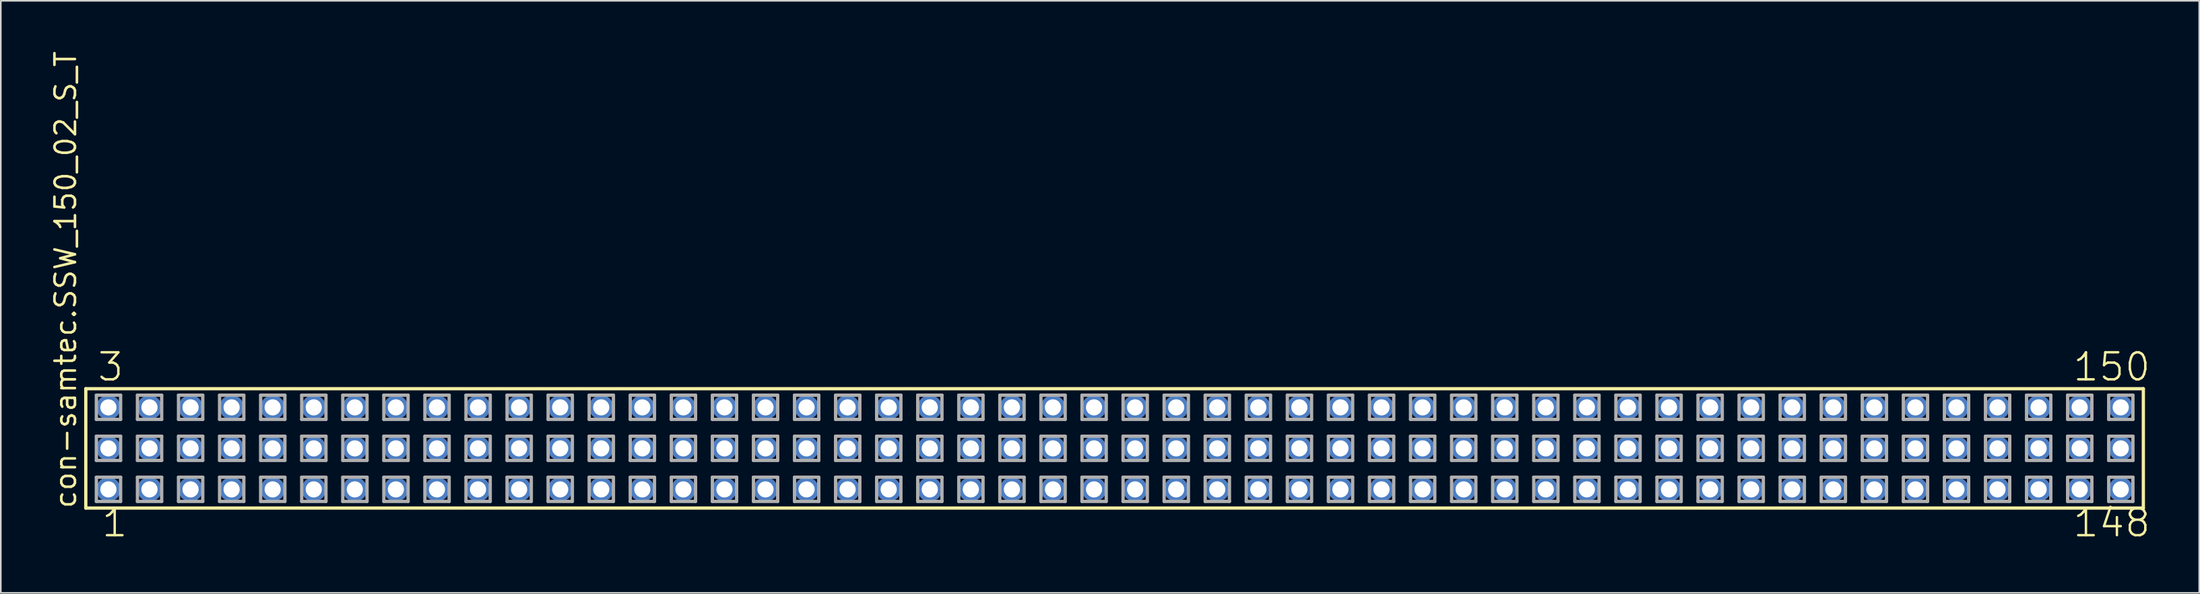
<source format=kicad_pcb>
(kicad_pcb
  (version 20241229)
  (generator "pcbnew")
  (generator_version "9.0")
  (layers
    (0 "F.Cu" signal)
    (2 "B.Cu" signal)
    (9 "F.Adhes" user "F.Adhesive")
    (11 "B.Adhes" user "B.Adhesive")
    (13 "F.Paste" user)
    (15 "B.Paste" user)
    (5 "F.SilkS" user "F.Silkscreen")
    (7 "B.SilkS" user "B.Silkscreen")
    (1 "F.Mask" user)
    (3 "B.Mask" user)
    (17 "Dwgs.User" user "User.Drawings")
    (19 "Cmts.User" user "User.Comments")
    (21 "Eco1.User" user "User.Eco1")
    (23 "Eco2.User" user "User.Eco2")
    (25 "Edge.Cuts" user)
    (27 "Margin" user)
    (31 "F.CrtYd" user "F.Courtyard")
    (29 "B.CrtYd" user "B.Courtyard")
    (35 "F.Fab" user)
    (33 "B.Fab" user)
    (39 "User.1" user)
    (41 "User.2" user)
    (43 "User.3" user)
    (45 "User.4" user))
  (footprint "con-samtec.SSW_150_02_S_T"
    (layer "F.Cu")
    (at 65.885 24.719)
    (property "Reference" "con-samtec.SSW_150_02_S_T" (at -64.135 3.81 90) (layer "F.SilkS") (effects (font (size 1.27 1.27) (thickness 0.16)) (justify left bottom)))
    (attr through_hole)
    (fp_line (start -63.629 -3.695) (end 63.629 -3.695) (stroke (width 0.203) (type default)) (layer "F.SilkS"))
    (fp_line (start -63.629 3.695) (end -63.629 -3.695) (stroke (width 0.203) (type default)) (layer "F.SilkS"))
    (fp_line (start 63.629 -3.695) (end 63.629 3.695) (stroke (width 0.203) (type default)) (layer "F.SilkS"))
    (fp_line (start 63.629 3.695) (end -63.629 3.695) (stroke (width 0.203) (type default)) (layer "F.SilkS"))
    (fp_line (start -62.975 -3.295) (end -61.475 -3.295) (stroke (width 0.203) (type default)) (layer "F.Fab"))
    (fp_line (start -62.975 -1.795) (end -62.975 -3.295) (stroke (width 0.203) (type default)) (layer "F.Fab"))
    (fp_line (start -62.975 -0.755) (end -61.475 -0.755) (stroke (width 0.203) (type default)) (layer "F.Fab"))
    (fp_line (start -62.975 0.745) (end -62.975 -0.755) (stroke (width 0.203) (type default)) (layer "F.Fab"))
    (fp_line (start -62.975 1.785) (end -61.475 1.785) (stroke (width 0.203) (type default)) (layer "F.Fab"))
    (fp_line (start -62.975 3.285) (end -62.975 1.785) (stroke (width 0.203) (type default)) (layer "F.Fab"))
    (fp_line (start -61.475 -3.295) (end -61.475 -1.795) (stroke (width 0.203) (type default)) (layer "F.Fab"))
    (fp_line (start -61.475 -1.795) (end -62.975 -1.795) (stroke (width 0.203) (type default)) (layer "F.Fab"))
    (fp_line (start -61.475 -0.755) (end -61.475 0.745) (stroke (width 0.203) (type default)) (layer "F.Fab"))
    (fp_line (start -61.475 0.745) (end -62.975 0.745) (stroke (width 0.203) (type default)) (layer "F.Fab"))
    (fp_line (start -61.475 1.785) (end -61.475 3.285) (stroke (width 0.203) (type default)) (layer "F.Fab"))
    (fp_line (start -61.475 3.285) (end -62.975 3.285) (stroke (width 0.203) (type default)) (layer "F.Fab"))
    (fp_line (start -60.435 -3.295) (end -58.935 -3.295) (stroke (width 0.203) (type default)) (layer "F.Fab"))
    (fp_line (start -60.435 -1.795) (end -60.435 -3.295) (stroke (width 0.203) (type default)) (layer "F.Fab"))
    (fp_line (start -60.435 -0.755) (end -58.935 -0.755) (stroke (width 0.203) (type default)) (layer "F.Fab"))
    (fp_line (start -60.435 0.745) (end -60.435 -0.755) (stroke (width 0.203) (type default)) (layer "F.Fab"))
    (fp_line (start -60.435 1.785) (end -58.935 1.785) (stroke (width 0.203) (type default)) (layer "F.Fab"))
    (fp_line (start -60.435 3.285) (end -60.435 1.785) (stroke (width 0.203) (type default)) (layer "F.Fab"))
    (fp_line (start -58.935 -3.295) (end -58.935 -1.795) (stroke (width 0.203) (type default)) (layer "F.Fab"))
    (fp_line (start -58.935 -1.795) (end -60.435 -1.795) (stroke (width 0.203) (type default)) (layer "F.Fab"))
    (fp_line (start -58.935 -0.755) (end -58.935 0.745) (stroke (width 0.203) (type default)) (layer "F.Fab"))
    (fp_line (start -58.935 0.745) (end -60.435 0.745) (stroke (width 0.203) (type default)) (layer "F.Fab"))
    (fp_line (start -58.935 1.785) (end -58.935 3.285) (stroke (width 0.203) (type default)) (layer "F.Fab"))
    (fp_line (start -58.935 3.285) (end -60.435 3.285) (stroke (width 0.203) (type default)) (layer "F.Fab"))
    (fp_line (start -57.895 -3.295) (end -56.395 -3.295) (stroke (width 0.203) (type default)) (layer "F.Fab"))
    (fp_line (start -57.895 -1.795) (end -57.895 -3.295) (stroke (width 0.203) (type default)) (layer "F.Fab"))
    (fp_line (start -57.895 -0.755) (end -56.395 -0.755) (stroke (width 0.203) (type default)) (layer "F.Fab"))
    (fp_line (start -57.895 0.745) (end -57.895 -0.755) (stroke (width 0.203) (type default)) (layer "F.Fab"))
    (fp_line (start -57.895 1.785) (end -56.395 1.785) (stroke (width 0.203) (type default)) (layer "F.Fab"))
    (fp_line (start -57.895 3.285) (end -57.895 1.785) (stroke (width 0.203) (type default)) (layer "F.Fab"))
    (fp_line (start -56.395 -3.295) (end -56.395 -1.795) (stroke (width 0.203) (type default)) (layer "F.Fab"))
    (fp_line (start -56.395 -1.795) (end -57.895 -1.795) (stroke (width 0.203) (type default)) (layer "F.Fab"))
    (fp_line (start -56.395 -0.755) (end -56.395 0.745) (stroke (width 0.203) (type default)) (layer "F.Fab"))
    (fp_line (start -56.395 0.745) (end -57.895 0.745) (stroke (width 0.203) (type default)) (layer "F.Fab"))
    (fp_line (start -56.395 1.785) (end -56.395 3.285) (stroke (width 0.203) (type default)) (layer "F.Fab"))
    (fp_line (start -56.395 3.285) (end -57.895 3.285) (stroke (width 0.203) (type default)) (layer "F.Fab"))
    (fp_line (start -55.355 -3.295) (end -53.855 -3.295) (stroke (width 0.203) (type default)) (layer "F.Fab"))
    (fp_line (start -55.355 -1.795) (end -55.355 -3.295) (stroke (width 0.203) (type default)) (layer "F.Fab"))
    (fp_line (start -55.355 -0.755) (end -53.855 -0.755) (stroke (width 0.203) (type default)) (layer "F.Fab"))
    (fp_line (start -55.355 0.745) (end -55.355 -0.755) (stroke (width 0.203) (type default)) (layer "F.Fab"))
    (fp_line (start -55.355 1.785) (end -53.855 1.785) (stroke (width 0.203) (type default)) (layer "F.Fab"))
    (fp_line (start -55.355 3.285) (end -55.355 1.785) (stroke (width 0.203) (type default)) (layer "F.Fab"))
    (fp_line (start -53.855 -3.295) (end -53.855 -1.795) (stroke (width 0.203) (type default)) (layer "F.Fab"))
    (fp_line (start -53.855 -1.795) (end -55.355 -1.795) (stroke (width 0.203) (type default)) (layer "F.Fab"))
    (fp_line (start -53.855 -0.755) (end -53.855 0.745) (stroke (width 0.203) (type default)) (layer "F.Fab"))
    (fp_line (start -53.855 0.745) (end -55.355 0.745) (stroke (width 0.203) (type default)) (layer "F.Fab"))
    (fp_line (start -53.855 1.785) (end -53.855 3.285) (stroke (width 0.203) (type default)) (layer "F.Fab"))
    (fp_line (start -53.855 3.285) (end -55.355 3.285) (stroke (width 0.203) (type default)) (layer "F.Fab"))
    (fp_line (start -52.815 -3.295) (end -51.315 -3.295) (stroke (width 0.203) (type default)) (layer "F.Fab"))
    (fp_line (start -52.815 -1.795) (end -52.815 -3.295) (stroke (width 0.203) (type default)) (layer "F.Fab"))
    (fp_line (start -52.815 -0.755) (end -51.315 -0.755) (stroke (width 0.203) (type default)) (layer "F.Fab"))
    (fp_line (start -52.815 0.745) (end -52.815 -0.755) (stroke (width 0.203) (type default)) (layer "F.Fab"))
    (fp_line (start -52.815 1.785) (end -51.315 1.785) (stroke (width 0.203) (type default)) (layer "F.Fab"))
    (fp_line (start -52.815 3.285) (end -52.815 1.785) (stroke (width 0.203) (type default)) (layer "F.Fab"))
    (fp_line (start -51.315 -3.295) (end -51.315 -1.795) (stroke (width 0.203) (type default)) (layer "F.Fab"))
    (fp_line (start -51.315 -1.795) (end -52.815 -1.795) (stroke (width 0.203) (type default)) (layer "F.Fab"))
    (fp_line (start -51.315 -0.755) (end -51.315 0.745) (stroke (width 0.203) (type default)) (layer "F.Fab"))
    (fp_line (start -51.315 0.745) (end -52.815 0.745) (stroke (width 0.203) (type default)) (layer "F.Fab"))
    (fp_line (start -51.315 1.785) (end -51.315 3.285) (stroke (width 0.203) (type default)) (layer "F.Fab"))
    (fp_line (start -51.315 3.285) (end -52.815 3.285) (stroke (width 0.203) (type default)) (layer "F.Fab"))
    (fp_line (start -50.275 -3.295) (end -48.775 -3.295) (stroke (width 0.203) (type default)) (layer "F.Fab"))
    (fp_line (start -50.275 -1.795) (end -50.275 -3.295) (stroke (width 0.203) (type default)) (layer "F.Fab"))
    (fp_line (start -50.275 -0.755) (end -48.775 -0.755) (stroke (width 0.203) (type default)) (layer "F.Fab"))
    (fp_line (start -50.275 0.745) (end -50.275 -0.755) (stroke (width 0.203) (type default)) (layer "F.Fab"))
    (fp_line (start -50.275 1.785) (end -48.775 1.785) (stroke (width 0.203) (type default)) (layer "F.Fab"))
    (fp_line (start -50.275 3.285) (end -50.275 1.785) (stroke (width 0.203) (type default)) (layer "F.Fab"))
    (fp_line (start -48.775 -3.295) (end -48.775 -1.795) (stroke (width 0.203) (type default)) (layer "F.Fab"))
    (fp_line (start -48.775 -1.795) (end -50.275 -1.795) (stroke (width 0.203) (type default)) (layer "F.Fab"))
    (fp_line (start -48.775 -0.755) (end -48.775 0.745) (stroke (width 0.203) (type default)) (layer "F.Fab"))
    (fp_line (start -48.775 0.745) (end -50.275 0.745) (stroke (width 0.203) (type default)) (layer "F.Fab"))
    (fp_line (start -48.775 1.785) (end -48.775 3.285) (stroke (width 0.203) (type default)) (layer "F.Fab"))
    (fp_line (start -48.775 3.285) (end -50.275 3.285) (stroke (width 0.203) (type default)) (layer "F.Fab"))
    (fp_line (start -47.735 -3.295) (end -46.235 -3.295) (stroke (width 0.203) (type default)) (layer "F.Fab"))
    (fp_line (start -47.735 -1.795) (end -47.735 -3.295) (stroke (width 0.203) (type default)) (layer "F.Fab"))
    (fp_line (start -47.735 -0.755) (end -46.235 -0.755) (stroke (width 0.203) (type default)) (layer "F.Fab"))
    (fp_line (start -47.735 0.745) (end -47.735 -0.755) (stroke (width 0.203) (type default)) (layer "F.Fab"))
    (fp_line (start -47.735 1.785) (end -46.235 1.785) (stroke (width 0.203) (type default)) (layer "F.Fab"))
    (fp_line (start -47.735 3.285) (end -47.735 1.785) (stroke (width 0.203) (type default)) (layer "F.Fab"))
    (fp_line (start -46.235 -3.295) (end -46.235 -1.795) (stroke (width 0.203) (type default)) (layer "F.Fab"))
    (fp_line (start -46.235 -1.795) (end -47.735 -1.795) (stroke (width 0.203) (type default)) (layer "F.Fab"))
    (fp_line (start -46.235 -0.755) (end -46.235 0.745) (stroke (width 0.203) (type default)) (layer "F.Fab"))
    (fp_line (start -46.235 0.745) (end -47.735 0.745) (stroke (width 0.203) (type default)) (layer "F.Fab"))
    (fp_line (start -46.235 1.785) (end -46.235 3.285) (stroke (width 0.203) (type default)) (layer "F.Fab"))
    (fp_line (start -46.235 3.285) (end -47.735 3.285) (stroke (width 0.203) (type default)) (layer "F.Fab"))
    (fp_line (start -45.195 -3.295) (end -43.695 -3.295) (stroke (width 0.203) (type default)) (layer "F.Fab"))
    (fp_line (start -45.195 -1.795) (end -45.195 -3.295) (stroke (width 0.203) (type default)) (layer "F.Fab"))
    (fp_line (start -45.195 -0.755) (end -43.695 -0.755) (stroke (width 0.203) (type default)) (layer "F.Fab"))
    (fp_line (start -45.195 0.745) (end -45.195 -0.755) (stroke (width 0.203) (type default)) (layer "F.Fab"))
    (fp_line (start -45.195 1.785) (end -43.695 1.785) (stroke (width 0.203) (type default)) (layer "F.Fab"))
    (fp_line (start -45.195 3.285) (end -45.195 1.785) (stroke (width 0.203) (type default)) (layer "F.Fab"))
    (fp_line (start -43.695 -3.295) (end -43.695 -1.795) (stroke (width 0.203) (type default)) (layer "F.Fab"))
    (fp_line (start -43.695 -1.795) (end -45.195 -1.795) (stroke (width 0.203) (type default)) (layer "F.Fab"))
    (fp_line (start -43.695 -0.755) (end -43.695 0.745) (stroke (width 0.203) (type default)) (layer "F.Fab"))
    (fp_line (start -43.695 0.745) (end -45.195 0.745) (stroke (width 0.203) (type default)) (layer "F.Fab"))
    (fp_line (start -43.695 1.785) (end -43.695 3.285) (stroke (width 0.203) (type default)) (layer "F.Fab"))
    (fp_line (start -43.695 3.285) (end -45.195 3.285) (stroke (width 0.203) (type default)) (layer "F.Fab"))
    (fp_line (start -42.655 -3.295) (end -41.155 -3.295) (stroke (width 0.203) (type default)) (layer "F.Fab"))
    (fp_line (start -42.655 -1.795) (end -42.655 -3.295) (stroke (width 0.203) (type default)) (layer "F.Fab"))
    (fp_line (start -42.655 -0.755) (end -41.155 -0.755) (stroke (width 0.203) (type default)) (layer "F.Fab"))
    (fp_line (start -42.655 0.745) (end -42.655 -0.755) (stroke (width 0.203) (type default)) (layer "F.Fab"))
    (fp_line (start -42.655 1.785) (end -41.155 1.785) (stroke (width 0.203) (type default)) (layer "F.Fab"))
    (fp_line (start -42.655 3.285) (end -42.655 1.785) (stroke (width 0.203) (type default)) (layer "F.Fab"))
    (fp_line (start -41.155 -3.295) (end -41.155 -1.795) (stroke (width 0.203) (type default)) (layer "F.Fab"))
    (fp_line (start -41.155 -1.795) (end -42.655 -1.795) (stroke (width 0.203) (type default)) (layer "F.Fab"))
    (fp_line (start -41.155 -0.755) (end -41.155 0.745) (stroke (width 0.203) (type default)) (layer "F.Fab"))
    (fp_line (start -41.155 0.745) (end -42.655 0.745) (stroke (width 0.203) (type default)) (layer "F.Fab"))
    (fp_line (start -41.155 1.785) (end -41.155 3.285) (stroke (width 0.203) (type default)) (layer "F.Fab"))
    (fp_line (start -41.155 3.285) (end -42.655 3.285) (stroke (width 0.203) (type default)) (layer "F.Fab"))
    (fp_line (start -40.115 -3.295) (end -38.615 -3.295) (stroke (width 0.203) (type default)) (layer "F.Fab"))
    (fp_line (start -40.115 -1.795) (end -40.115 -3.295) (stroke (width 0.203) (type default)) (layer "F.Fab"))
    (fp_line (start -40.115 -0.755) (end -38.615 -0.755) (stroke (width 0.203) (type default)) (layer "F.Fab"))
    (fp_line (start -40.115 0.745) (end -40.115 -0.755) (stroke (width 0.203) (type default)) (layer "F.Fab"))
    (fp_line (start -40.115 1.785) (end -38.615 1.785) (stroke (width 0.203) (type default)) (layer "F.Fab"))
    (fp_line (start -40.115 3.285) (end -40.115 1.785) (stroke (width 0.203) (type default)) (layer "F.Fab"))
    (fp_line (start -38.615 -3.295) (end -38.615 -1.795) (stroke (width 0.203) (type default)) (layer "F.Fab"))
    (fp_line (start -38.615 -1.795) (end -40.115 -1.795) (stroke (width 0.203) (type default)) (layer "F.Fab"))
    (fp_line (start -38.615 -0.755) (end -38.615 0.745) (stroke (width 0.203) (type default)) (layer "F.Fab"))
    (fp_line (start -38.615 0.745) (end -40.115 0.745) (stroke (width 0.203) (type default)) (layer "F.Fab"))
    (fp_line (start -38.615 1.785) (end -38.615 3.285) (stroke (width 0.203) (type default)) (layer "F.Fab"))
    (fp_line (start -38.615 3.285) (end -40.115 3.285) (stroke (width 0.203) (type default)) (layer "F.Fab"))
    (fp_line (start -37.575 -3.295) (end -36.075 -3.295) (stroke (width 0.203) (type default)) (layer "F.Fab"))
    (fp_line (start -37.575 -1.795) (end -37.575 -3.295) (stroke (width 0.203) (type default)) (layer "F.Fab"))
    (fp_line (start -37.575 -0.755) (end -36.075 -0.755) (stroke (width 0.203) (type default)) (layer "F.Fab"))
    (fp_line (start -37.575 0.745) (end -37.575 -0.755) (stroke (width 0.203) (type default)) (layer "F.Fab"))
    (fp_line (start -37.575 1.785) (end -36.075 1.785) (stroke (width 0.203) (type default)) (layer "F.Fab"))
    (fp_line (start -37.575 3.285) (end -37.575 1.785) (stroke (width 0.203) (type default)) (layer "F.Fab"))
    (fp_line (start -36.075 -3.295) (end -36.075 -1.795) (stroke (width 0.203) (type default)) (layer "F.Fab"))
    (fp_line (start -36.075 -1.795) (end -37.575 -1.795) (stroke (width 0.203) (type default)) (layer "F.Fab"))
    (fp_line (start -36.075 -0.755) (end -36.075 0.745) (stroke (width 0.203) (type default)) (layer "F.Fab"))
    (fp_line (start -36.075 0.745) (end -37.575 0.745) (stroke (width 0.203) (type default)) (layer "F.Fab"))
    (fp_line (start -36.075 1.785) (end -36.075 3.285) (stroke (width 0.203) (type default)) (layer "F.Fab"))
    (fp_line (start -36.075 3.285) (end -37.575 3.285) (stroke (width 0.203) (type default)) (layer "F.Fab"))
    (fp_line (start -35.035 -3.295) (end -33.535 -3.295) (stroke (width 0.203) (type default)) (layer "F.Fab"))
    (fp_line (start -35.035 -1.795) (end -35.035 -3.295) (stroke (width 0.203) (type default)) (layer "F.Fab"))
    (fp_line (start -35.035 -0.755) (end -33.535 -0.755) (stroke (width 0.203) (type default)) (layer "F.Fab"))
    (fp_line (start -35.035 0.745) (end -35.035 -0.755) (stroke (width 0.203) (type default)) (layer "F.Fab"))
    (fp_line (start -35.035 1.785) (end -33.535 1.785) (stroke (width 0.203) (type default)) (layer "F.Fab"))
    (fp_line (start -35.035 3.285) (end -35.035 1.785) (stroke (width 0.203) (type default)) (layer "F.Fab"))
    (fp_line (start -33.535 -3.295) (end -33.535 -1.795) (stroke (width 0.203) (type default)) (layer "F.Fab"))
    (fp_line (start -33.535 -1.795) (end -35.035 -1.795) (stroke (width 0.203) (type default)) (layer "F.Fab"))
    (fp_line (start -33.535 -0.755) (end -33.535 0.745) (stroke (width 0.203) (type default)) (layer "F.Fab"))
    (fp_line (start -33.535 0.745) (end -35.035 0.745) (stroke (width 0.203) (type default)) (layer "F.Fab"))
    (fp_line (start -33.535 1.785) (end -33.535 3.285) (stroke (width 0.203) (type default)) (layer "F.Fab"))
    (fp_line (start -33.535 3.285) (end -35.035 3.285) (stroke (width 0.203) (type default)) (layer "F.Fab"))
    (fp_line (start -32.495 -3.295) (end -30.995 -3.295) (stroke (width 0.203) (type default)) (layer "F.Fab"))
    (fp_line (start -32.495 -1.795) (end -32.495 -3.295) (stroke (width 0.203) (type default)) (layer "F.Fab"))
    (fp_line (start -32.495 -0.755) (end -30.995 -0.755) (stroke (width 0.203) (type default)) (layer "F.Fab"))
    (fp_line (start -32.495 0.745) (end -32.495 -0.755) (stroke (width 0.203) (type default)) (layer "F.Fab"))
    (fp_line (start -32.495 1.785) (end -30.995 1.785) (stroke (width 0.203) (type default)) (layer "F.Fab"))
    (fp_line (start -32.495 3.285) (end -32.495 1.785) (stroke (width 0.203) (type default)) (layer "F.Fab"))
    (fp_line (start -30.995 -3.295) (end -30.995 -1.795) (stroke (width 0.203) (type default)) (layer "F.Fab"))
    (fp_line (start -30.995 -1.795) (end -32.495 -1.795) (stroke (width 0.203) (type default)) (layer "F.Fab"))
    (fp_line (start -30.995 -0.755) (end -30.995 0.745) (stroke (width 0.203) (type default)) (layer "F.Fab"))
    (fp_line (start -30.995 0.745) (end -32.495 0.745) (stroke (width 0.203) (type default)) (layer "F.Fab"))
    (fp_line (start -30.995 1.785) (end -30.995 3.285) (stroke (width 0.203) (type default)) (layer "F.Fab"))
    (fp_line (start -30.995 3.285) (end -32.495 3.285) (stroke (width 0.203) (type default)) (layer "F.Fab"))
    (fp_line (start -29.955 -3.295) (end -28.455 -3.295) (stroke (width 0.203) (type default)) (layer "F.Fab"))
    (fp_line (start -29.955 -1.795) (end -29.955 -3.295) (stroke (width 0.203) (type default)) (layer "F.Fab"))
    (fp_line (start -29.955 -0.755) (end -28.455 -0.755) (stroke (width 0.203) (type default)) (layer "F.Fab"))
    (fp_line (start -29.955 0.745) (end -29.955 -0.755) (stroke (width 0.203) (type default)) (layer "F.Fab"))
    (fp_line (start -29.955 1.785) (end -28.455 1.785) (stroke (width 0.203) (type default)) (layer "F.Fab"))
    (fp_line (start -29.955 3.285) (end -29.955 1.785) (stroke (width 0.203) (type default)) (layer "F.Fab"))
    (fp_line (start -28.455 -3.295) (end -28.455 -1.795) (stroke (width 0.203) (type default)) (layer "F.Fab"))
    (fp_line (start -28.455 -1.795) (end -29.955 -1.795) (stroke (width 0.203) (type default)) (layer "F.Fab"))
    (fp_line (start -28.455 -0.755) (end -28.455 0.745) (stroke (width 0.203) (type default)) (layer "F.Fab"))
    (fp_line (start -28.455 0.745) (end -29.955 0.745) (stroke (width 0.203) (type default)) (layer "F.Fab"))
    (fp_line (start -28.455 1.785) (end -28.455 3.285) (stroke (width 0.203) (type default)) (layer "F.Fab"))
    (fp_line (start -28.455 3.285) (end -29.955 3.285) (stroke (width 0.203) (type default)) (layer "F.Fab"))
    (fp_line (start -27.415 -3.295) (end -25.915 -3.295) (stroke (width 0.203) (type default)) (layer "F.Fab"))
    (fp_line (start -27.415 -1.795) (end -27.415 -3.295) (stroke (width 0.203) (type default)) (layer "F.Fab"))
    (fp_line (start -27.415 -0.755) (end -25.915 -0.755) (stroke (width 0.203) (type default)) (layer "F.Fab"))
    (fp_line (start -27.415 0.745) (end -27.415 -0.755) (stroke (width 0.203) (type default)) (layer "F.Fab"))
    (fp_line (start -27.415 1.785) (end -25.915 1.785) (stroke (width 0.203) (type default)) (layer "F.Fab"))
    (fp_line (start -27.415 3.285) (end -27.415 1.785) (stroke (width 0.203) (type default)) (layer "F.Fab"))
    (fp_line (start -25.915 -3.295) (end -25.915 -1.795) (stroke (width 0.203) (type default)) (layer "F.Fab"))
    (fp_line (start -25.915 -1.795) (end -27.415 -1.795) (stroke (width 0.203) (type default)) (layer "F.Fab"))
    (fp_line (start -25.915 -0.755) (end -25.915 0.745) (stroke (width 0.203) (type default)) (layer "F.Fab"))
    (fp_line (start -25.915 0.745) (end -27.415 0.745) (stroke (width 0.203) (type default)) (layer "F.Fab"))
    (fp_line (start -25.915 1.785) (end -25.915 3.285) (stroke (width 0.203) (type default)) (layer "F.Fab"))
    (fp_line (start -25.915 3.285) (end -27.415 3.285) (stroke (width 0.203) (type default)) (layer "F.Fab"))
    (fp_line (start -24.875 -3.295) (end -23.375 -3.295) (stroke (width 0.203) (type default)) (layer "F.Fab"))
    (fp_line (start -24.875 -1.795) (end -24.875 -3.295) (stroke (width 0.203) (type default)) (layer "F.Fab"))
    (fp_line (start -24.875 -0.755) (end -23.375 -0.755) (stroke (width 0.203) (type default)) (layer "F.Fab"))
    (fp_line (start -24.875 0.745) (end -24.875 -0.755) (stroke (width 0.203) (type default)) (layer "F.Fab"))
    (fp_line (start -24.875 1.785) (end -23.375 1.785) (stroke (width 0.203) (type default)) (layer "F.Fab"))
    (fp_line (start -24.875 3.285) (end -24.875 1.785) (stroke (width 0.203) (type default)) (layer "F.Fab"))
    (fp_line (start -23.375 -3.295) (end -23.375 -1.795) (stroke (width 0.203) (type default)) (layer "F.Fab"))
    (fp_line (start -23.375 -1.795) (end -24.875 -1.795) (stroke (width 0.203) (type default)) (layer "F.Fab"))
    (fp_line (start -23.375 -0.755) (end -23.375 0.745) (stroke (width 0.203) (type default)) (layer "F.Fab"))
    (fp_line (start -23.375 0.745) (end -24.875 0.745) (stroke (width 0.203) (type default)) (layer "F.Fab"))
    (fp_line (start -23.375 1.785) (end -23.375 3.285) (stroke (width 0.203) (type default)) (layer "F.Fab"))
    (fp_line (start -23.375 3.285) (end -24.875 3.285) (stroke (width 0.203) (type default)) (layer "F.Fab"))
    (fp_line (start -22.335 -3.295) (end -20.835 -3.295) (stroke (width 0.203) (type default)) (layer "F.Fab"))
    (fp_line (start -22.335 -1.795) (end -22.335 -3.295) (stroke (width 0.203) (type default)) (layer "F.Fab"))
    (fp_line (start -22.335 -0.755) (end -20.835 -0.755) (stroke (width 0.203) (type default)) (layer "F.Fab"))
    (fp_line (start -22.335 0.745) (end -22.335 -0.755) (stroke (width 0.203) (type default)) (layer "F.Fab"))
    (fp_line (start -22.335 1.785) (end -20.835 1.785) (stroke (width 0.203) (type default)) (layer "F.Fab"))
    (fp_line (start -22.335 3.285) (end -22.335 1.785) (stroke (width 0.203) (type default)) (layer "F.Fab"))
    (fp_line (start -20.835 -3.295) (end -20.835 -1.795) (stroke (width 0.203) (type default)) (layer "F.Fab"))
    (fp_line (start -20.835 -1.795) (end -22.335 -1.795) (stroke (width 0.203) (type default)) (layer "F.Fab"))
    (fp_line (start -20.835 -0.755) (end -20.835 0.745) (stroke (width 0.203) (type default)) (layer "F.Fab"))
    (fp_line (start -20.835 0.745) (end -22.335 0.745) (stroke (width 0.203) (type default)) (layer "F.Fab"))
    (fp_line (start -20.835 1.785) (end -20.835 3.285) (stroke (width 0.203) (type default)) (layer "F.Fab"))
    (fp_line (start -20.835 3.285) (end -22.335 3.285) (stroke (width 0.203) (type default)) (layer "F.Fab"))
    (fp_line (start -19.795 -3.295) (end -18.295 -3.295) (stroke (width 0.203) (type default)) (layer "F.Fab"))
    (fp_line (start -19.795 -1.795) (end -19.795 -3.295) (stroke (width 0.203) (type default)) (layer "F.Fab"))
    (fp_line (start -19.795 -0.755) (end -18.295 -0.755) (stroke (width 0.203) (type default)) (layer "F.Fab"))
    (fp_line (start -19.795 0.745) (end -19.795 -0.755) (stroke (width 0.203) (type default)) (layer "F.Fab"))
    (fp_line (start -19.795 1.785) (end -18.295 1.785) (stroke (width 0.203) (type default)) (layer "F.Fab"))
    (fp_line (start -19.795 3.285) (end -19.795 1.785) (stroke (width 0.203) (type default)) (layer "F.Fab"))
    (fp_line (start -18.295 -3.295) (end -18.295 -1.795) (stroke (width 0.203) (type default)) (layer "F.Fab"))
    (fp_line (start -18.295 -1.795) (end -19.795 -1.795) (stroke (width 0.203) (type default)) (layer "F.Fab"))
    (fp_line (start -18.295 -0.755) (end -18.295 0.745) (stroke (width 0.203) (type default)) (layer "F.Fab"))
    (fp_line (start -18.295 0.745) (end -19.795 0.745) (stroke (width 0.203) (type default)) (layer "F.Fab"))
    (fp_line (start -18.295 1.785) (end -18.295 3.285) (stroke (width 0.203) (type default)) (layer "F.Fab"))
    (fp_line (start -18.295 3.285) (end -19.795 3.285) (stroke (width 0.203) (type default)) (layer "F.Fab"))
    (fp_line (start -17.255 -3.295) (end -15.755 -3.295) (stroke (width 0.203) (type default)) (layer "F.Fab"))
    (fp_line (start -17.255 -1.795) (end -17.255 -3.295) (stroke (width 0.203) (type default)) (layer "F.Fab"))
    (fp_line (start -17.255 -0.755) (end -15.755 -0.755) (stroke (width 0.203) (type default)) (layer "F.Fab"))
    (fp_line (start -17.255 0.745) (end -17.255 -0.755) (stroke (width 0.203) (type default)) (layer "F.Fab"))
    (fp_line (start -17.255 1.785) (end -15.755 1.785) (stroke (width 0.203) (type default)) (layer "F.Fab"))
    (fp_line (start -17.255 3.285) (end -17.255 1.785) (stroke (width 0.203) (type default)) (layer "F.Fab"))
    (fp_line (start -15.755 -3.295) (end -15.755 -1.795) (stroke (width 0.203) (type default)) (layer "F.Fab"))
    (fp_line (start -15.755 -1.795) (end -17.255 -1.795) (stroke (width 0.203) (type default)) (layer "F.Fab"))
    (fp_line (start -15.755 -0.755) (end -15.755 0.745) (stroke (width 0.203) (type default)) (layer "F.Fab"))
    (fp_line (start -15.755 0.745) (end -17.255 0.745) (stroke (width 0.203) (type default)) (layer "F.Fab"))
    (fp_line (start -15.755 1.785) (end -15.755 3.285) (stroke (width 0.203) (type default)) (layer "F.Fab"))
    (fp_line (start -15.755 3.285) (end -17.255 3.285) (stroke (width 0.203) (type default)) (layer "F.Fab"))
    (fp_line (start -14.715 -3.295) (end -13.215 -3.295) (stroke (width 0.203) (type default)) (layer "F.Fab"))
    (fp_line (start -14.715 -1.795) (end -14.715 -3.295) (stroke (width 0.203) (type default)) (layer "F.Fab"))
    (fp_line (start -14.715 -0.755) (end -13.215 -0.755) (stroke (width 0.203) (type default)) (layer "F.Fab"))
    (fp_line (start -14.715 0.745) (end -14.715 -0.755) (stroke (width 0.203) (type default)) (layer "F.Fab"))
    (fp_line (start -14.715 1.785) (end -13.215 1.785) (stroke (width 0.203) (type default)) (layer "F.Fab"))
    (fp_line (start -14.715 3.285) (end -14.715 1.785) (stroke (width 0.203) (type default)) (layer "F.Fab"))
    (fp_line (start -13.215 -3.295) (end -13.215 -1.795) (stroke (width 0.203) (type default)) (layer "F.Fab"))
    (fp_line (start -13.215 -1.795) (end -14.715 -1.795) (stroke (width 0.203) (type default)) (layer "F.Fab"))
    (fp_line (start -13.215 -0.755) (end -13.215 0.745) (stroke (width 0.203) (type default)) (layer "F.Fab"))
    (fp_line (start -13.215 0.745) (end -14.715 0.745) (stroke (width 0.203) (type default)) (layer "F.Fab"))
    (fp_line (start -13.215 1.785) (end -13.215 3.285) (stroke (width 0.203) (type default)) (layer "F.Fab"))
    (fp_line (start -13.215 3.285) (end -14.715 3.285) (stroke (width 0.203) (type default)) (layer "F.Fab"))
    (fp_line (start -12.175 -3.295) (end -10.675 -3.295) (stroke (width 0.203) (type default)) (layer "F.Fab"))
    (fp_line (start -12.175 -1.795) (end -12.175 -3.295) (stroke (width 0.203) (type default)) (layer "F.Fab"))
    (fp_line (start -12.175 -0.755) (end -10.675 -0.755) (stroke (width 0.203) (type default)) (layer "F.Fab"))
    (fp_line (start -12.175 0.745) (end -12.175 -0.755) (stroke (width 0.203) (type default)) (layer "F.Fab"))
    (fp_line (start -12.175 1.785) (end -10.675 1.785) (stroke (width 0.203) (type default)) (layer "F.Fab"))
    (fp_line (start -12.175 3.285) (end -12.175 1.785) (stroke (width 0.203) (type default)) (layer "F.Fab"))
    (fp_line (start -10.675 -3.295) (end -10.675 -1.795) (stroke (width 0.203) (type default)) (layer "F.Fab"))
    (fp_line (start -10.675 -1.795) (end -12.175 -1.795) (stroke (width 0.203) (type default)) (layer "F.Fab"))
    (fp_line (start -10.675 -0.755) (end -10.675 0.745) (stroke (width 0.203) (type default)) (layer "F.Fab"))
    (fp_line (start -10.675 0.745) (end -12.175 0.745) (stroke (width 0.203) (type default)) (layer "F.Fab"))
    (fp_line (start -10.675 1.785) (end -10.675 3.285) (stroke (width 0.203) (type default)) (layer "F.Fab"))
    (fp_line (start -10.675 3.285) (end -12.175 3.285) (stroke (width 0.203) (type default)) (layer "F.Fab"))
    (fp_line (start -9.635 -3.295) (end -8.135 -3.295) (stroke (width 0.203) (type default)) (layer "F.Fab"))
    (fp_line (start -9.635 -1.795) (end -9.635 -3.295) (stroke (width 0.203) (type default)) (layer "F.Fab"))
    (fp_line (start -9.635 -0.755) (end -8.135 -0.755) (stroke (width 0.203) (type default)) (layer "F.Fab"))
    (fp_line (start -9.635 0.745) (end -9.635 -0.755) (stroke (width 0.203) (type default)) (layer "F.Fab"))
    (fp_line (start -9.635 1.785) (end -8.135 1.785) (stroke (width 0.203) (type default)) (layer "F.Fab"))
    (fp_line (start -9.635 3.285) (end -9.635 1.785) (stroke (width 0.203) (type default)) (layer "F.Fab"))
    (fp_line (start -8.135 -3.295) (end -8.135 -1.795) (stroke (width 0.203) (type default)) (layer "F.Fab"))
    (fp_line (start -8.135 -1.795) (end -9.635 -1.795) (stroke (width 0.203) (type default)) (layer "F.Fab"))
    (fp_line (start -8.135 -0.755) (end -8.135 0.745) (stroke (width 0.203) (type default)) (layer "F.Fab"))
    (fp_line (start -8.135 0.745) (end -9.635 0.745) (stroke (width 0.203) (type default)) (layer "F.Fab"))
    (fp_line (start -8.135 1.785) (end -8.135 3.285) (stroke (width 0.203) (type default)) (layer "F.Fab"))
    (fp_line (start -8.135 3.285) (end -9.635 3.285) (stroke (width 0.203) (type default)) (layer "F.Fab"))
    (fp_line (start -7.095 -3.295) (end -5.595 -3.295) (stroke (width 0.203) (type default)) (layer "F.Fab"))
    (fp_line (start -7.095 -1.795) (end -7.095 -3.295) (stroke (width 0.203) (type default)) (layer "F.Fab"))
    (fp_line (start -7.095 -0.755) (end -5.595 -0.755) (stroke (width 0.203) (type default)) (layer "F.Fab"))
    (fp_line (start -7.095 0.745) (end -7.095 -0.755) (stroke (width 0.203) (type default)) (layer "F.Fab"))
    (fp_line (start -7.095 1.785) (end -5.595 1.785) (stroke (width 0.203) (type default)) (layer "F.Fab"))
    (fp_line (start -7.095 3.285) (end -7.095 1.785) (stroke (width 0.203) (type default)) (layer "F.Fab"))
    (fp_line (start -5.595 -3.295) (end -5.595 -1.795) (stroke (width 0.203) (type default)) (layer "F.Fab"))
    (fp_line (start -5.595 -1.795) (end -7.095 -1.795) (stroke (width 0.203) (type default)) (layer "F.Fab"))
    (fp_line (start -5.595 -0.755) (end -5.595 0.745) (stroke (width 0.203) (type default)) (layer "F.Fab"))
    (fp_line (start -5.595 0.745) (end -7.095 0.745) (stroke (width 0.203) (type default)) (layer "F.Fab"))
    (fp_line (start -5.595 1.785) (end -5.595 3.285) (stroke (width 0.203) (type default)) (layer "F.Fab"))
    (fp_line (start -5.595 3.285) (end -7.095 3.285) (stroke (width 0.203) (type default)) (layer "F.Fab"))
    (fp_line (start -4.555 -3.295) (end -3.055 -3.295) (stroke (width 0.203) (type default)) (layer "F.Fab"))
    (fp_line (start -4.555 -1.795) (end -4.555 -3.295) (stroke (width 0.203) (type default)) (layer "F.Fab"))
    (fp_line (start -4.555 -0.755) (end -3.055 -0.755) (stroke (width 0.203) (type default)) (layer "F.Fab"))
    (fp_line (start -4.555 0.745) (end -4.555 -0.755) (stroke (width 0.203) (type default)) (layer "F.Fab"))
    (fp_line (start -4.555 1.785) (end -3.055 1.785) (stroke (width 0.203) (type default)) (layer "F.Fab"))
    (fp_line (start -4.555 3.285) (end -4.555 1.785) (stroke (width 0.203) (type default)) (layer "F.Fab"))
    (fp_line (start -3.055 -3.295) (end -3.055 -1.795) (stroke (width 0.203) (type default)) (layer "F.Fab"))
    (fp_line (start -3.055 -1.795) (end -4.555 -1.795) (stroke (width 0.203) (type default)) (layer "F.Fab"))
    (fp_line (start -3.055 -0.755) (end -3.055 0.745) (stroke (width 0.203) (type default)) (layer "F.Fab"))
    (fp_line (start -3.055 0.745) (end -4.555 0.745) (stroke (width 0.203) (type default)) (layer "F.Fab"))
    (fp_line (start -3.055 1.785) (end -3.055 3.285) (stroke (width 0.203) (type default)) (layer "F.Fab"))
    (fp_line (start -3.055 3.285) (end -4.555 3.285) (stroke (width 0.203) (type default)) (layer "F.Fab"))
    (fp_line (start -2.015 -3.295) (end -0.515 -3.295) (stroke (width 0.203) (type default)) (layer "F.Fab"))
    (fp_line (start -2.015 -1.795) (end -2.015 -3.295) (stroke (width 0.203) (type default)) (layer "F.Fab"))
    (fp_line (start -2.015 -0.755) (end -0.515 -0.755) (stroke (width 0.203) (type default)) (layer "F.Fab"))
    (fp_line (start -2.015 0.745) (end -2.015 -0.755) (stroke (width 0.203) (type default)) (layer "F.Fab"))
    (fp_line (start -2.015 1.785) (end -0.515 1.785) (stroke (width 0.203) (type default)) (layer "F.Fab"))
    (fp_line (start -2.015 3.285) (end -2.015 1.785) (stroke (width 0.203) (type default)) (layer "F.Fab"))
    (fp_line (start -0.515 -3.295) (end -0.515 -1.795) (stroke (width 0.203) (type default)) (layer "F.Fab"))
    (fp_line (start -0.515 -1.795) (end -2.015 -1.795) (stroke (width 0.203) (type default)) (layer "F.Fab"))
    (fp_line (start -0.515 -0.755) (end -0.515 0.745) (stroke (width 0.203) (type default)) (layer "F.Fab"))
    (fp_line (start -0.515 0.745) (end -2.015 0.745) (stroke (width 0.203) (type default)) (layer "F.Fab"))
    (fp_line (start -0.515 1.785) (end -0.515 3.285) (stroke (width 0.203) (type default)) (layer "F.Fab"))
    (fp_line (start -0.515 3.285) (end -2.015 3.285) (stroke (width 0.203) (type default)) (layer "F.Fab"))
    (fp_line (start 0.525 -3.295) (end 2.025 -3.295) (stroke (width 0.203) (type default)) (layer "F.Fab"))
    (fp_line (start 0.525 -1.795) (end 0.525 -3.295) (stroke (width 0.203) (type default)) (layer "F.Fab"))
    (fp_line (start 0.525 -0.755) (end 2.025 -0.755) (stroke (width 0.203) (type default)) (layer "F.Fab"))
    (fp_line (start 0.525 0.745) (end 0.525 -0.755) (stroke (width 0.203) (type default)) (layer "F.Fab"))
    (fp_line (start 0.525 1.785) (end 2.025 1.785) (stroke (width 0.203) (type default)) (layer "F.Fab"))
    (fp_line (start 0.525 3.285) (end 0.525 1.785) (stroke (width 0.203) (type default)) (layer "F.Fab"))
    (fp_line (start 2.025 -3.295) (end 2.025 -1.795) (stroke (width 0.203) (type default)) (layer "F.Fab"))
    (fp_line (start 2.025 -1.795) (end 0.525 -1.795) (stroke (width 0.203) (type default)) (layer "F.Fab"))
    (fp_line (start 2.025 -0.755) (end 2.025 0.745) (stroke (width 0.203) (type default)) (layer "F.Fab"))
    (fp_line (start 2.025 0.745) (end 0.525 0.745) (stroke (width 0.203) (type default)) (layer "F.Fab"))
    (fp_line (start 2.025 1.785) (end 2.025 3.285) (stroke (width 0.203) (type default)) (layer "F.Fab"))
    (fp_line (start 2.025 3.285) (end 0.525 3.285) (stroke (width 0.203) (type default)) (layer "F.Fab"))
    (fp_line (start 3.065 -3.295) (end 4.565 -3.295) (stroke (width 0.203) (type default)) (layer "F.Fab"))
    (fp_line (start 3.065 -1.795) (end 3.065 -3.295) (stroke (width 0.203) (type default)) (layer "F.Fab"))
    (fp_line (start 3.065 -0.755) (end 4.565 -0.755) (stroke (width 0.203) (type default)) (layer "F.Fab"))
    (fp_line (start 3.065 0.745) (end 3.065 -0.755) (stroke (width 0.203) (type default)) (layer "F.Fab"))
    (fp_line (start 3.065 1.785) (end 4.565 1.785) (stroke (width 0.203) (type default)) (layer "F.Fab"))
    (fp_line (start 3.065 3.285) (end 3.065 1.785) (stroke (width 0.203) (type default)) (layer "F.Fab"))
    (fp_line (start 4.565 -3.295) (end 4.565 -1.795) (stroke (width 0.203) (type default)) (layer "F.Fab"))
    (fp_line (start 4.565 -1.795) (end 3.065 -1.795) (stroke (width 0.203) (type default)) (layer "F.Fab"))
    (fp_line (start 4.565 -0.755) (end 4.565 0.745) (stroke (width 0.203) (type default)) (layer "F.Fab"))
    (fp_line (start 4.565 0.745) (end 3.065 0.745) (stroke (width 0.203) (type default)) (layer "F.Fab"))
    (fp_line (start 4.565 1.785) (end 4.565 3.285) (stroke (width 0.203) (type default)) (layer "F.Fab"))
    (fp_line (start 4.565 3.285) (end 3.065 3.285) (stroke (width 0.203) (type default)) (layer "F.Fab"))
    (fp_line (start 5.605 -3.295) (end 7.105 -3.295) (stroke (width 0.203) (type default)) (layer "F.Fab"))
    (fp_line (start 5.605 -1.795) (end 5.605 -3.295) (stroke (width 0.203) (type default)) (layer "F.Fab"))
    (fp_line (start 5.605 -0.755) (end 7.105 -0.755) (stroke (width 0.203) (type default)) (layer "F.Fab"))
    (fp_line (start 5.605 0.745) (end 5.605 -0.755) (stroke (width 0.203) (type default)) (layer "F.Fab"))
    (fp_line (start 5.605 1.785) (end 7.105 1.785) (stroke (width 0.203) (type default)) (layer "F.Fab"))
    (fp_line (start 5.605 3.285) (end 5.605 1.785) (stroke (width 0.203) (type default)) (layer "F.Fab"))
    (fp_line (start 7.105 -3.295) (end 7.105 -1.795) (stroke (width 0.203) (type default)) (layer "F.Fab"))
    (fp_line (start 7.105 -1.795) (end 5.605 -1.795) (stroke (width 0.203) (type default)) (layer "F.Fab"))
    (fp_line (start 7.105 -0.755) (end 7.105 0.745) (stroke (width 0.203) (type default)) (layer "F.Fab"))
    (fp_line (start 7.105 0.745) (end 5.605 0.745) (stroke (width 0.203) (type default)) (layer "F.Fab"))
    (fp_line (start 7.105 1.785) (end 7.105 3.285) (stroke (width 0.203) (type default)) (layer "F.Fab"))
    (fp_line (start 7.105 3.285) (end 5.605 3.285) (stroke (width 0.203) (type default)) (layer "F.Fab"))
    (fp_line (start 8.145 -3.295) (end 9.645 -3.295) (stroke (width 0.203) (type default)) (layer "F.Fab"))
    (fp_line (start 8.145 -1.795) (end 8.145 -3.295) (stroke (width 0.203) (type default)) (layer "F.Fab"))
    (fp_line (start 8.145 -0.755) (end 9.645 -0.755) (stroke (width 0.203) (type default)) (layer "F.Fab"))
    (fp_line (start 8.145 0.745) (end 8.145 -0.755) (stroke (width 0.203) (type default)) (layer "F.Fab"))
    (fp_line (start 8.145 1.785) (end 9.645 1.785) (stroke (width 0.203) (type default)) (layer "F.Fab"))
    (fp_line (start 8.145 3.285) (end 8.145 1.785) (stroke (width 0.203) (type default)) (layer "F.Fab"))
    (fp_line (start 9.645 -3.295) (end 9.645 -1.795) (stroke (width 0.203) (type default)) (layer "F.Fab"))
    (fp_line (start 9.645 -1.795) (end 8.145 -1.795) (stroke (width 0.203) (type default)) (layer "F.Fab"))
    (fp_line (start 9.645 -0.755) (end 9.645 0.745) (stroke (width 0.203) (type default)) (layer "F.Fab"))
    (fp_line (start 9.645 0.745) (end 8.145 0.745) (stroke (width 0.203) (type default)) (layer "F.Fab"))
    (fp_line (start 9.645 1.785) (end 9.645 3.285) (stroke (width 0.203) (type default)) (layer "F.Fab"))
    (fp_line (start 9.645 3.285) (end 8.145 3.285) (stroke (width 0.203) (type default)) (layer "F.Fab"))
    (fp_line (start 10.685 -3.295) (end 12.185 -3.295) (stroke (width 0.203) (type default)) (layer "F.Fab"))
    (fp_line (start 10.685 -1.795) (end 10.685 -3.295) (stroke (width 0.203) (type default)) (layer "F.Fab"))
    (fp_line (start 10.685 -0.755) (end 12.185 -0.755) (stroke (width 0.203) (type default)) (layer "F.Fab"))
    (fp_line (start 10.685 0.745) (end 10.685 -0.755) (stroke (width 0.203) (type default)) (layer "F.Fab"))
    (fp_line (start 10.685 1.785) (end 12.185 1.785) (stroke (width 0.203) (type default)) (layer "F.Fab"))
    (fp_line (start 10.685 3.285) (end 10.685 1.785) (stroke (width 0.203) (type default)) (layer "F.Fab"))
    (fp_line (start 12.185 -3.295) (end 12.185 -1.795) (stroke (width 0.203) (type default)) (layer "F.Fab"))
    (fp_line (start 12.185 -1.795) (end 10.685 -1.795) (stroke (width 0.203) (type default)) (layer "F.Fab"))
    (fp_line (start 12.185 -0.755) (end 12.185 0.745) (stroke (width 0.203) (type default)) (layer "F.Fab"))
    (fp_line (start 12.185 0.745) (end 10.685 0.745) (stroke (width 0.203) (type default)) (layer "F.Fab"))
    (fp_line (start 12.185 1.785) (end 12.185 3.285) (stroke (width 0.203) (type default)) (layer "F.Fab"))
    (fp_line (start 12.185 3.285) (end 10.685 3.285) (stroke (width 0.203) (type default)) (layer "F.Fab"))
    (fp_line (start 13.225 -3.295) (end 14.725 -3.295) (stroke (width 0.203) (type default)) (layer "F.Fab"))
    (fp_line (start 13.225 -1.795) (end 13.225 -3.295) (stroke (width 0.203) (type default)) (layer "F.Fab"))
    (fp_line (start 13.225 -0.755) (end 14.725 -0.755) (stroke (width 0.203) (type default)) (layer "F.Fab"))
    (fp_line (start 13.225 0.745) (end 13.225 -0.755) (stroke (width 0.203) (type default)) (layer "F.Fab"))
    (fp_line (start 13.225 1.785) (end 14.725 1.785) (stroke (width 0.203) (type default)) (layer "F.Fab"))
    (fp_line (start 13.225 3.285) (end 13.225 1.785) (stroke (width 0.203) (type default)) (layer "F.Fab"))
    (fp_line (start 14.725 -3.295) (end 14.725 -1.795) (stroke (width 0.203) (type default)) (layer "F.Fab"))
    (fp_line (start 14.725 -1.795) (end 13.225 -1.795) (stroke (width 0.203) (type default)) (layer "F.Fab"))
    (fp_line (start 14.725 -0.755) (end 14.725 0.745) (stroke (width 0.203) (type default)) (layer "F.Fab"))
    (fp_line (start 14.725 0.745) (end 13.225 0.745) (stroke (width 0.203) (type default)) (layer "F.Fab"))
    (fp_line (start 14.725 1.785) (end 14.725 3.285) (stroke (width 0.203) (type default)) (layer "F.Fab"))
    (fp_line (start 14.725 3.285) (end 13.225 3.285) (stroke (width 0.203) (type default)) (layer "F.Fab"))
    (fp_line (start 15.765 -3.295) (end 17.265 -3.295) (stroke (width 0.203) (type default)) (layer "F.Fab"))
    (fp_line (start 15.765 -1.795) (end 15.765 -3.295) (stroke (width 0.203) (type default)) (layer "F.Fab"))
    (fp_line (start 15.765 -0.755) (end 17.265 -0.755) (stroke (width 0.203) (type default)) (layer "F.Fab"))
    (fp_line (start 15.765 0.745) (end 15.765 -0.755) (stroke (width 0.203) (type default)) (layer "F.Fab"))
    (fp_line (start 15.765 1.785) (end 17.265 1.785) (stroke (width 0.203) (type default)) (layer "F.Fab"))
    (fp_line (start 15.765 3.285) (end 15.765 1.785) (stroke (width 0.203) (type default)) (layer "F.Fab"))
    (fp_line (start 17.265 -3.295) (end 17.265 -1.795) (stroke (width 0.203) (type default)) (layer "F.Fab"))
    (fp_line (start 17.265 -1.795) (end 15.765 -1.795) (stroke (width 0.203) (type default)) (layer "F.Fab"))
    (fp_line (start 17.265 -0.755) (end 17.265 0.745) (stroke (width 0.203) (type default)) (layer "F.Fab"))
    (fp_line (start 17.265 0.745) (end 15.765 0.745) (stroke (width 0.203) (type default)) (layer "F.Fab"))
    (fp_line (start 17.265 1.785) (end 17.265 3.285) (stroke (width 0.203) (type default)) (layer "F.Fab"))
    (fp_line (start 17.265 3.285) (end 15.765 3.285) (stroke (width 0.203) (type default)) (layer "F.Fab"))
    (fp_line (start 18.305 -3.295) (end 19.805 -3.295) (stroke (width 0.203) (type default)) (layer "F.Fab"))
    (fp_line (start 18.305 -1.795) (end 18.305 -3.295) (stroke (width 0.203) (type default)) (layer "F.Fab"))
    (fp_line (start 18.305 -0.755) (end 19.805 -0.755) (stroke (width 0.203) (type default)) (layer "F.Fab"))
    (fp_line (start 18.305 0.745) (end 18.305 -0.755) (stroke (width 0.203) (type default)) (layer "F.Fab"))
    (fp_line (start 18.305 1.785) (end 19.805 1.785) (stroke (width 0.203) (type default)) (layer "F.Fab"))
    (fp_line (start 18.305 3.285) (end 18.305 1.785) (stroke (width 0.203) (type default)) (layer "F.Fab"))
    (fp_line (start 19.805 -3.295) (end 19.805 -1.795) (stroke (width 0.203) (type default)) (layer "F.Fab"))
    (fp_line (start 19.805 -1.795) (end 18.305 -1.795) (stroke (width 0.203) (type default)) (layer "F.Fab"))
    (fp_line (start 19.805 -0.755) (end 19.805 0.745) (stroke (width 0.203) (type default)) (layer "F.Fab"))
    (fp_line (start 19.805 0.745) (end 18.305 0.745) (stroke (width 0.203) (type default)) (layer "F.Fab"))
    (fp_line (start 19.805 1.785) (end 19.805 3.285) (stroke (width 0.203) (type default)) (layer "F.Fab"))
    (fp_line (start 19.805 3.285) (end 18.305 3.285) (stroke (width 0.203) (type default)) (layer "F.Fab"))
    (fp_line (start 20.845 -3.295) (end 22.345 -3.295) (stroke (width 0.203) (type default)) (layer "F.Fab"))
    (fp_line (start 20.845 -1.795) (end 20.845 -3.295) (stroke (width 0.203) (type default)) (layer "F.Fab"))
    (fp_line (start 20.845 -0.755) (end 22.345 -0.755) (stroke (width 0.203) (type default)) (layer "F.Fab"))
    (fp_line (start 20.845 0.745) (end 20.845 -0.755) (stroke (width 0.203) (type default)) (layer "F.Fab"))
    (fp_line (start 20.845 1.785) (end 22.345 1.785) (stroke (width 0.203) (type default)) (layer "F.Fab"))
    (fp_line (start 20.845 3.285) (end 20.845 1.785) (stroke (width 0.203) (type default)) (layer "F.Fab"))
    (fp_line (start 22.345 -3.295) (end 22.345 -1.795) (stroke (width 0.203) (type default)) (layer "F.Fab"))
    (fp_line (start 22.345 -1.795) (end 20.845 -1.795) (stroke (width 0.203) (type default)) (layer "F.Fab"))
    (fp_line (start 22.345 -0.755) (end 22.345 0.745) (stroke (width 0.203) (type default)) (layer "F.Fab"))
    (fp_line (start 22.345 0.745) (end 20.845 0.745) (stroke (width 0.203) (type default)) (layer "F.Fab"))
    (fp_line (start 22.345 1.785) (end 22.345 3.285) (stroke (width 0.203) (type default)) (layer "F.Fab"))
    (fp_line (start 22.345 3.285) (end 20.845 3.285) (stroke (width 0.203) (type default)) (layer "F.Fab"))
    (fp_line (start 23.385 -3.295) (end 24.885 -3.295) (stroke (width 0.203) (type default)) (layer "F.Fab"))
    (fp_line (start 23.385 -1.795) (end 23.385 -3.295) (stroke (width 0.203) (type default)) (layer "F.Fab"))
    (fp_line (start 23.385 -0.755) (end 24.885 -0.755) (stroke (width 0.203) (type default)) (layer "F.Fab"))
    (fp_line (start 23.385 0.745) (end 23.385 -0.755) (stroke (width 0.203) (type default)) (layer "F.Fab"))
    (fp_line (start 23.385 1.785) (end 24.885 1.785) (stroke (width 0.203) (type default)) (layer "F.Fab"))
    (fp_line (start 23.385 3.285) (end 23.385 1.785) (stroke (width 0.203) (type default)) (layer "F.Fab"))
    (fp_line (start 24.885 -3.295) (end 24.885 -1.795) (stroke (width 0.203) (type default)) (layer "F.Fab"))
    (fp_line (start 24.885 -1.795) (end 23.385 -1.795) (stroke (width 0.203) (type default)) (layer "F.Fab"))
    (fp_line (start 24.885 -0.755) (end 24.885 0.745) (stroke (width 0.203) (type default)) (layer "F.Fab"))
    (fp_line (start 24.885 0.745) (end 23.385 0.745) (stroke (width 0.203) (type default)) (layer "F.Fab"))
    (fp_line (start 24.885 1.785) (end 24.885 3.285) (stroke (width 0.203) (type default)) (layer "F.Fab"))
    (fp_line (start 24.885 3.285) (end 23.385 3.285) (stroke (width 0.203) (type default)) (layer "F.Fab"))
    (fp_line (start 25.925 -3.295) (end 27.425 -3.295) (stroke (width 0.203) (type default)) (layer "F.Fab"))
    (fp_line (start 25.925 -1.795) (end 25.925 -3.295) (stroke (width 0.203) (type default)) (layer "F.Fab"))
    (fp_line (start 25.925 -0.755) (end 27.425 -0.755) (stroke (width 0.203) (type default)) (layer "F.Fab"))
    (fp_line (start 25.925 0.745) (end 25.925 -0.755) (stroke (width 0.203) (type default)) (layer "F.Fab"))
    (fp_line (start 25.925 1.785) (end 27.425 1.785) (stroke (width 0.203) (type default)) (layer "F.Fab"))
    (fp_line (start 25.925 3.285) (end 25.925 1.785) (stroke (width 0.203) (type default)) (layer "F.Fab"))
    (fp_line (start 27.425 -3.295) (end 27.425 -1.795) (stroke (width 0.203) (type default)) (layer "F.Fab"))
    (fp_line (start 27.425 -1.795) (end 25.925 -1.795) (stroke (width 0.203) (type default)) (layer "F.Fab"))
    (fp_line (start 27.425 -0.755) (end 27.425 0.745) (stroke (width 0.203) (type default)) (layer "F.Fab"))
    (fp_line (start 27.425 0.745) (end 25.925 0.745) (stroke (width 0.203) (type default)) (layer "F.Fab"))
    (fp_line (start 27.425 1.785) (end 27.425 3.285) (stroke (width 0.203) (type default)) (layer "F.Fab"))
    (fp_line (start 27.425 3.285) (end 25.925 3.285) (stroke (width 0.203) (type default)) (layer "F.Fab"))
    (fp_line (start 28.465 -3.295) (end 29.965 -3.295) (stroke (width 0.203) (type default)) (layer "F.Fab"))
    (fp_line (start 28.465 -1.795) (end 28.465 -3.295) (stroke (width 0.203) (type default)) (layer "F.Fab"))
    (fp_line (start 28.465 -0.755) (end 29.965 -0.755) (stroke (width 0.203) (type default)) (layer "F.Fab"))
    (fp_line (start 28.465 0.745) (end 28.465 -0.755) (stroke (width 0.203) (type default)) (layer "F.Fab"))
    (fp_line (start 28.465 1.785) (end 29.965 1.785) (stroke (width 0.203) (type default)) (layer "F.Fab"))
    (fp_line (start 28.465 3.285) (end 28.465 1.785) (stroke (width 0.203) (type default)) (layer "F.Fab"))
    (fp_line (start 29.965 -3.295) (end 29.965 -1.795) (stroke (width 0.203) (type default)) (layer "F.Fab"))
    (fp_line (start 29.965 -1.795) (end 28.465 -1.795) (stroke (width 0.203) (type default)) (layer "F.Fab"))
    (fp_line (start 29.965 -0.755) (end 29.965 0.745) (stroke (width 0.203) (type default)) (layer "F.Fab"))
    (fp_line (start 29.965 0.745) (end 28.465 0.745) (stroke (width 0.203) (type default)) (layer "F.Fab"))
    (fp_line (start 29.965 1.785) (end 29.965 3.285) (stroke (width 0.203) (type default)) (layer "F.Fab"))
    (fp_line (start 29.965 3.285) (end 28.465 3.285) (stroke (width 0.203) (type default)) (layer "F.Fab"))
    (fp_line (start 31.005 -3.295) (end 32.505 -3.295) (stroke (width 0.203) (type default)) (layer "F.Fab"))
    (fp_line (start 31.005 -1.795) (end 31.005 -3.295) (stroke (width 0.203) (type default)) (layer "F.Fab"))
    (fp_line (start 31.005 -0.755) (end 32.505 -0.755) (stroke (width 0.203) (type default)) (layer "F.Fab"))
    (fp_line (start 31.005 0.745) (end 31.005 -0.755) (stroke (width 0.203) (type default)) (layer "F.Fab"))
    (fp_line (start 31.005 1.785) (end 32.505 1.785) (stroke (width 0.203) (type default)) (layer "F.Fab"))
    (fp_line (start 31.005 3.285) (end 31.005 1.785) (stroke (width 0.203) (type default)) (layer "F.Fab"))
    (fp_line (start 32.505 -3.295) (end 32.505 -1.795) (stroke (width 0.203) (type default)) (layer "F.Fab"))
    (fp_line (start 32.505 -1.795) (end 31.005 -1.795) (stroke (width 0.203) (type default)) (layer "F.Fab"))
    (fp_line (start 32.505 -0.755) (end 32.505 0.745) (stroke (width 0.203) (type default)) (layer "F.Fab"))
    (fp_line (start 32.505 0.745) (end 31.005 0.745) (stroke (width 0.203) (type default)) (layer "F.Fab"))
    (fp_line (start 32.505 1.785) (end 32.505 3.285) (stroke (width 0.203) (type default)) (layer "F.Fab"))
    (fp_line (start 32.505 3.285) (end 31.005 3.285) (stroke (width 0.203) (type default)) (layer "F.Fab"))
    (fp_line (start 33.545 -3.295) (end 35.045 -3.295) (stroke (width 0.203) (type default)) (layer "F.Fab"))
    (fp_line (start 33.545 -1.795) (end 33.545 -3.295) (stroke (width 0.203) (type default)) (layer "F.Fab"))
    (fp_line (start 33.545 -0.755) (end 35.045 -0.755) (stroke (width 0.203) (type default)) (layer "F.Fab"))
    (fp_line (start 33.545 0.745) (end 33.545 -0.755) (stroke (width 0.203) (type default)) (layer "F.Fab"))
    (fp_line (start 33.545 1.785) (end 35.045 1.785) (stroke (width 0.203) (type default)) (layer "F.Fab"))
    (fp_line (start 33.545 3.285) (end 33.545 1.785) (stroke (width 0.203) (type default)) (layer "F.Fab"))
    (fp_line (start 35.045 -3.295) (end 35.045 -1.795) (stroke (width 0.203) (type default)) (layer "F.Fab"))
    (fp_line (start 35.045 -1.795) (end 33.545 -1.795) (stroke (width 0.203) (type default)) (layer "F.Fab"))
    (fp_line (start 35.045 -0.755) (end 35.045 0.745) (stroke (width 0.203) (type default)) (layer "F.Fab"))
    (fp_line (start 35.045 0.745) (end 33.545 0.745) (stroke (width 0.203) (type default)) (layer "F.Fab"))
    (fp_line (start 35.045 1.785) (end 35.045 3.285) (stroke (width 0.203) (type default)) (layer "F.Fab"))
    (fp_line (start 35.045 3.285) (end 33.545 3.285) (stroke (width 0.203) (type default)) (layer "F.Fab"))
    (fp_line (start 36.085 -3.295) (end 37.585 -3.295) (stroke (width 0.203) (type default)) (layer "F.Fab"))
    (fp_line (start 36.085 -1.795) (end 36.085 -3.295) (stroke (width 0.203) (type default)) (layer "F.Fab"))
    (fp_line (start 36.085 -0.755) (end 37.585 -0.755) (stroke (width 0.203) (type default)) (layer "F.Fab"))
    (fp_line (start 36.085 0.745) (end 36.085 -0.755) (stroke (width 0.203) (type default)) (layer "F.Fab"))
    (fp_line (start 36.085 1.785) (end 37.585 1.785) (stroke (width 0.203) (type default)) (layer "F.Fab"))
    (fp_line (start 36.085 3.285) (end 36.085 1.785) (stroke (width 0.203) (type default)) (layer "F.Fab"))
    (fp_line (start 37.585 -3.295) (end 37.585 -1.795) (stroke (width 0.203) (type default)) (layer "F.Fab"))
    (fp_line (start 37.585 -1.795) (end 36.085 -1.795) (stroke (width 0.203) (type default)) (layer "F.Fab"))
    (fp_line (start 37.585 -0.755) (end 37.585 0.745) (stroke (width 0.203) (type default)) (layer "F.Fab"))
    (fp_line (start 37.585 0.745) (end 36.085 0.745) (stroke (width 0.203) (type default)) (layer "F.Fab"))
    (fp_line (start 37.585 1.785) (end 37.585 3.285) (stroke (width 0.203) (type default)) (layer "F.Fab"))
    (fp_line (start 37.585 3.285) (end 36.085 3.285) (stroke (width 0.203) (type default)) (layer "F.Fab"))
    (fp_line (start 38.625 -3.295) (end 40.125 -3.295) (stroke (width 0.203) (type default)) (layer "F.Fab"))
    (fp_line (start 38.625 -1.795) (end 38.625 -3.295) (stroke (width 0.203) (type default)) (layer "F.Fab"))
    (fp_line (start 38.625 -0.755) (end 40.125 -0.755) (stroke (width 0.203) (type default)) (layer "F.Fab"))
    (fp_line (start 38.625 0.745) (end 38.625 -0.755) (stroke (width 0.203) (type default)) (layer "F.Fab"))
    (fp_line (start 38.625 1.785) (end 40.125 1.785) (stroke (width 0.203) (type default)) (layer "F.Fab"))
    (fp_line (start 38.625 3.285) (end 38.625 1.785) (stroke (width 0.203) (type default)) (layer "F.Fab"))
    (fp_line (start 40.125 -3.295) (end 40.125 -1.795) (stroke (width 0.203) (type default)) (layer "F.Fab"))
    (fp_line (start 40.125 -1.795) (end 38.625 -1.795) (stroke (width 0.203) (type default)) (layer "F.Fab"))
    (fp_line (start 40.125 -0.755) (end 40.125 0.745) (stroke (width 0.203) (type default)) (layer "F.Fab"))
    (fp_line (start 40.125 0.745) (end 38.625 0.745) (stroke (width 0.203) (type default)) (layer "F.Fab"))
    (fp_line (start 40.125 1.785) (end 40.125 3.285) (stroke (width 0.203) (type default)) (layer "F.Fab"))
    (fp_line (start 40.125 3.285) (end 38.625 3.285) (stroke (width 0.203) (type default)) (layer "F.Fab"))
    (fp_line (start 41.165 -3.295) (end 42.665 -3.295) (stroke (width 0.203) (type default)) (layer "F.Fab"))
    (fp_line (start 41.165 -1.795) (end 41.165 -3.295) (stroke (width 0.203) (type default)) (layer "F.Fab"))
    (fp_line (start 41.165 -0.755) (end 42.665 -0.755) (stroke (width 0.203) (type default)) (layer "F.Fab"))
    (fp_line (start 41.165 0.745) (end 41.165 -0.755) (stroke (width 0.203) (type default)) (layer "F.Fab"))
    (fp_line (start 41.165 1.785) (end 42.665 1.785) (stroke (width 0.203) (type default)) (layer "F.Fab"))
    (fp_line (start 41.165 3.285) (end 41.165 1.785) (stroke (width 0.203) (type default)) (layer "F.Fab"))
    (fp_line (start 42.665 -3.295) (end 42.665 -1.795) (stroke (width 0.203) (type default)) (layer "F.Fab"))
    (fp_line (start 42.665 -1.795) (end 41.165 -1.795) (stroke (width 0.203) (type default)) (layer "F.Fab"))
    (fp_line (start 42.665 -0.755) (end 42.665 0.745) (stroke (width 0.203) (type default)) (layer "F.Fab"))
    (fp_line (start 42.665 0.745) (end 41.165 0.745) (stroke (width 0.203) (type default)) (layer "F.Fab"))
    (fp_line (start 42.665 1.785) (end 42.665 3.285) (stroke (width 0.203) (type default)) (layer "F.Fab"))
    (fp_line (start 42.665 3.285) (end 41.165 3.285) (stroke (width 0.203) (type default)) (layer "F.Fab"))
    (fp_line (start 43.705 -3.295) (end 45.205 -3.295) (stroke (width 0.203) (type default)) (layer "F.Fab"))
    (fp_line (start 43.705 -1.795) (end 43.705 -3.295) (stroke (width 0.203) (type default)) (layer "F.Fab"))
    (fp_line (start 43.705 -0.755) (end 45.205 -0.755) (stroke (width 0.203) (type default)) (layer "F.Fab"))
    (fp_line (start 43.705 0.745) (end 43.705 -0.755) (stroke (width 0.203) (type default)) (layer "F.Fab"))
    (fp_line (start 43.705 1.785) (end 45.205 1.785) (stroke (width 0.203) (type default)) (layer "F.Fab"))
    (fp_line (start 43.705 3.285) (end 43.705 1.785) (stroke (width 0.203) (type default)) (layer "F.Fab"))
    (fp_line (start 45.205 -3.295) (end 45.205 -1.795) (stroke (width 0.203) (type default)) (layer "F.Fab"))
    (fp_line (start 45.205 -1.795) (end 43.705 -1.795) (stroke (width 0.203) (type default)) (layer "F.Fab"))
    (fp_line (start 45.205 -0.755) (end 45.205 0.745) (stroke (width 0.203) (type default)) (layer "F.Fab"))
    (fp_line (start 45.205 0.745) (end 43.705 0.745) (stroke (width 0.203) (type default)) (layer "F.Fab"))
    (fp_line (start 45.205 1.785) (end 45.205 3.285) (stroke (width 0.203) (type default)) (layer "F.Fab"))
    (fp_line (start 45.205 3.285) (end 43.705 3.285) (stroke (width 0.203) (type default)) (layer "F.Fab"))
    (fp_line (start 46.245 -3.295) (end 47.745 -3.295) (stroke (width 0.203) (type default)) (layer "F.Fab"))
    (fp_line (start 46.245 -1.795) (end 46.245 -3.295) (stroke (width 0.203) (type default)) (layer "F.Fab"))
    (fp_line (start 46.245 -0.755) (end 47.745 -0.755) (stroke (width 0.203) (type default)) (layer "F.Fab"))
    (fp_line (start 46.245 0.745) (end 46.245 -0.755) (stroke (width 0.203) (type default)) (layer "F.Fab"))
    (fp_line (start 46.245 1.785) (end 47.745 1.785) (stroke (width 0.203) (type default)) (layer "F.Fab"))
    (fp_line (start 46.245 3.285) (end 46.245 1.785) (stroke (width 0.203) (type default)) (layer "F.Fab"))
    (fp_line (start 47.745 -3.295) (end 47.745 -1.795) (stroke (width 0.203) (type default)) (layer "F.Fab"))
    (fp_line (start 47.745 -1.795) (end 46.245 -1.795) (stroke (width 0.203) (type default)) (layer "F.Fab"))
    (fp_line (start 47.745 -0.755) (end 47.745 0.745) (stroke (width 0.203) (type default)) (layer "F.Fab"))
    (fp_line (start 47.745 0.745) (end 46.245 0.745) (stroke (width 0.203) (type default)) (layer "F.Fab"))
    (fp_line (start 47.745 1.785) (end 47.745 3.285) (stroke (width 0.203) (type default)) (layer "F.Fab"))
    (fp_line (start 47.745 3.285) (end 46.245 3.285) (stroke (width 0.203) (type default)) (layer "F.Fab"))
    (fp_line (start 48.785 -3.295) (end 50.285 -3.295) (stroke (width 0.203) (type default)) (layer "F.Fab"))
    (fp_line (start 48.785 -1.795) (end 48.785 -3.295) (stroke (width 0.203) (type default)) (layer "F.Fab"))
    (fp_line (start 48.785 -0.755) (end 50.285 -0.755) (stroke (width 0.203) (type default)) (layer "F.Fab"))
    (fp_line (start 48.785 0.745) (end 48.785 -0.755) (stroke (width 0.203) (type default)) (layer "F.Fab"))
    (fp_line (start 48.785 1.785) (end 50.285 1.785) (stroke (width 0.203) (type default)) (layer "F.Fab"))
    (fp_line (start 48.785 3.285) (end 48.785 1.785) (stroke (width 0.203) (type default)) (layer "F.Fab"))
    (fp_line (start 50.285 -3.295) (end 50.285 -1.795) (stroke (width 0.203) (type default)) (layer "F.Fab"))
    (fp_line (start 50.285 -1.795) (end 48.785 -1.795) (stroke (width 0.203) (type default)) (layer "F.Fab"))
    (fp_line (start 50.285 -0.755) (end 50.285 0.745) (stroke (width 0.203) (type default)) (layer "F.Fab"))
    (fp_line (start 50.285 0.745) (end 48.785 0.745) (stroke (width 0.203) (type default)) (layer "F.Fab"))
    (fp_line (start 50.285 1.785) (end 50.285 3.285) (stroke (width 0.203) (type default)) (layer "F.Fab"))
    (fp_line (start 50.285 3.285) (end 48.785 3.285) (stroke (width 0.203) (type default)) (layer "F.Fab"))
    (fp_line (start 51.325 -3.295) (end 52.825 -3.295) (stroke (width 0.203) (type default)) (layer "F.Fab"))
    (fp_line (start 51.325 -1.795) (end 51.325 -3.295) (stroke (width 0.203) (type default)) (layer "F.Fab"))
    (fp_line (start 51.325 -0.755) (end 52.825 -0.755) (stroke (width 0.203) (type default)) (layer "F.Fab"))
    (fp_line (start 51.325 0.745) (end 51.325 -0.755) (stroke (width 0.203) (type default)) (layer "F.Fab"))
    (fp_line (start 51.325 1.785) (end 52.825 1.785) (stroke (width 0.203) (type default)) (layer "F.Fab"))
    (fp_line (start 51.325 3.285) (end 51.325 1.785) (stroke (width 0.203) (type default)) (layer "F.Fab"))
    (fp_line (start 52.825 -3.295) (end 52.825 -1.795) (stroke (width 0.203) (type default)) (layer "F.Fab"))
    (fp_line (start 52.825 -1.795) (end 51.325 -1.795) (stroke (width 0.203) (type default)) (layer "F.Fab"))
    (fp_line (start 52.825 -0.755) (end 52.825 0.745) (stroke (width 0.203) (type default)) (layer "F.Fab"))
    (fp_line (start 52.825 0.745) (end 51.325 0.745) (stroke (width 0.203) (type default)) (layer "F.Fab"))
    (fp_line (start 52.825 1.785) (end 52.825 3.285) (stroke (width 0.203) (type default)) (layer "F.Fab"))
    (fp_line (start 52.825 3.285) (end 51.325 3.285) (stroke (width 0.203) (type default)) (layer "F.Fab"))
    (fp_line (start 53.865 -3.295) (end 55.365 -3.295) (stroke (width 0.203) (type default)) (layer "F.Fab"))
    (fp_line (start 53.865 -1.795) (end 53.865 -3.295) (stroke (width 0.203) (type default)) (layer "F.Fab"))
    (fp_line (start 53.865 -0.755) (end 55.365 -0.755) (stroke (width 0.203) (type default)) (layer "F.Fab"))
    (fp_line (start 53.865 0.745) (end 53.865 -0.755) (stroke (width 0.203) (type default)) (layer "F.Fab"))
    (fp_line (start 53.865 1.785) (end 55.365 1.785) (stroke (width 0.203) (type default)) (layer "F.Fab"))
    (fp_line (start 53.865 3.285) (end 53.865 1.785) (stroke (width 0.203) (type default)) (layer "F.Fab"))
    (fp_line (start 55.365 -3.295) (end 55.365 -1.795) (stroke (width 0.203) (type default)) (layer "F.Fab"))
    (fp_line (start 55.365 -1.795) (end 53.865 -1.795) (stroke (width 0.203) (type default)) (layer "F.Fab"))
    (fp_line (start 55.365 -0.755) (end 55.365 0.745) (stroke (width 0.203) (type default)) (layer "F.Fab"))
    (fp_line (start 55.365 0.745) (end 53.865 0.745) (stroke (width 0.203) (type default)) (layer "F.Fab"))
    (fp_line (start 55.365 1.785) (end 55.365 3.285) (stroke (width 0.203) (type default)) (layer "F.Fab"))
    (fp_line (start 55.365 3.285) (end 53.865 3.285) (stroke (width 0.203) (type default)) (layer "F.Fab"))
    (fp_line (start 56.405 -3.295) (end 57.905 -3.295) (stroke (width 0.203) (type default)) (layer "F.Fab"))
    (fp_line (start 56.405 -1.795) (end 56.405 -3.295) (stroke (width 0.203) (type default)) (layer "F.Fab"))
    (fp_line (start 56.405 -0.755) (end 57.905 -0.755) (stroke (width 0.203) (type default)) (layer "F.Fab"))
    (fp_line (start 56.405 0.745) (end 56.405 -0.755) (stroke (width 0.203) (type default)) (layer "F.Fab"))
    (fp_line (start 56.405 1.785) (end 57.905 1.785) (stroke (width 0.203) (type default)) (layer "F.Fab"))
    (fp_line (start 56.405 3.285) (end 56.405 1.785) (stroke (width 0.203) (type default)) (layer "F.Fab"))
    (fp_line (start 57.905 -3.295) (end 57.905 -1.795) (stroke (width 0.203) (type default)) (layer "F.Fab"))
    (fp_line (start 57.905 -1.795) (end 56.405 -1.795) (stroke (width 0.203) (type default)) (layer "F.Fab"))
    (fp_line (start 57.905 -0.755) (end 57.905 0.745) (stroke (width 0.203) (type default)) (layer "F.Fab"))
    (fp_line (start 57.905 0.745) (end 56.405 0.745) (stroke (width 0.203) (type default)) (layer "F.Fab"))
    (fp_line (start 57.905 1.785) (end 57.905 3.285) (stroke (width 0.203) (type default)) (layer "F.Fab"))
    (fp_line (start 57.905 3.285) (end 56.405 3.285) (stroke (width 0.203) (type default)) (layer "F.Fab"))
    (fp_line (start 58.945 -3.295) (end 60.445 -3.295) (stroke (width 0.203) (type default)) (layer "F.Fab"))
    (fp_line (start 58.945 -1.795) (end 58.945 -3.295) (stroke (width 0.203) (type default)) (layer "F.Fab"))
    (fp_line (start 58.945 -0.755) (end 60.445 -0.755) (stroke (width 0.203) (type default)) (layer "F.Fab"))
    (fp_line (start 58.945 0.745) (end 58.945 -0.755) (stroke (width 0.203) (type default)) (layer "F.Fab"))
    (fp_line (start 58.945 1.785) (end 60.445 1.785) (stroke (width 0.203) (type default)) (layer "F.Fab"))
    (fp_line (start 58.945 3.285) (end 58.945 1.785) (stroke (width 0.203) (type default)) (layer "F.Fab"))
    (fp_line (start 60.445 -3.295) (end 60.445 -1.795) (stroke (width 0.203) (type default)) (layer "F.Fab"))
    (fp_line (start 60.445 -1.795) (end 58.945 -1.795) (stroke (width 0.203) (type default)) (layer "F.Fab"))
    (fp_line (start 60.445 -0.755) (end 60.445 0.745) (stroke (width 0.203) (type default)) (layer "F.Fab"))
    (fp_line (start 60.445 0.745) (end 58.945 0.745) (stroke (width 0.203) (type default)) (layer "F.Fab"))
    (fp_line (start 60.445 1.785) (end 60.445 3.285) (stroke (width 0.203) (type default)) (layer "F.Fab"))
    (fp_line (start 60.445 3.285) (end 58.945 3.285) (stroke (width 0.203) (type default)) (layer "F.Fab"))
    (fp_line (start 61.485 -3.295) (end 62.985 -3.295) (stroke (width 0.203) (type default)) (layer "F.Fab"))
    (fp_line (start 61.485 -1.795) (end 61.485 -3.295) (stroke (width 0.203) (type default)) (layer "F.Fab"))
    (fp_line (start 61.485 -0.755) (end 62.985 -0.755) (stroke (width 0.203) (type default)) (layer "F.Fab"))
    (fp_line (start 61.485 0.745) (end 61.485 -0.755) (stroke (width 0.203) (type default)) (layer "F.Fab"))
    (fp_line (start 61.485 1.785) (end 62.985 1.785) (stroke (width 0.203) (type default)) (layer "F.Fab"))
    (fp_line (start 61.485 3.285) (end 61.485 1.785) (stroke (width 0.203) (type default)) (layer "F.Fab"))
    (fp_line (start 62.985 -3.295) (end 62.985 -1.795) (stroke (width 0.203) (type default)) (layer "F.Fab"))
    (fp_line (start 62.985 -1.795) (end 61.485 -1.795) (stroke (width 0.203) (type default)) (layer "F.Fab"))
    (fp_line (start 62.985 -0.755) (end 62.985 0.745) (stroke (width 0.203) (type default)) (layer "F.Fab"))
    (fp_line (start 62.985 0.745) (end 61.485 0.745) (stroke (width 0.203) (type default)) (layer "F.Fab"))
    (fp_line (start 62.985 1.785) (end 62.985 3.285) (stroke (width 0.203) (type default)) (layer "F.Fab"))
    (fp_line (start 62.985 3.285) (end 61.485 3.285) (stroke (width 0.203) (type default)) (layer "F.Fab"))
    (fp_text user "1" (at -62.738 5.588 0) (layer "F.SilkS") (effects (font (size 1.676 1.676) (thickness 0.15)) (justify left bottom)))
    (fp_text user "148" (at 59.182 5.588 0) (layer "F.SilkS") (effects (font (size 1.676 1.676) (thickness 0.15)) (justify left bottom)))
    (fp_text user "150" (at 59.182 -4.064 0) (layer "F.SilkS") (effects (font (size 1.676 1.676) (thickness 0.15)) (justify left bottom)))
    (fp_text user "3" (at -62.992 -4.064 0) (layer "F.SilkS") (effects (font (size 1.676 1.676) (thickness 0.15)) (justify left bottom)))
    (pad "1" thru_hole circle (at -62.23 2.54) (size 1.5 1.5) (drill 1) (layers "*.Cu" "*.Mask"))
    (pad "2" thru_hole circle (at -62.23 0) (size 1.5 1.5) (drill 1) (layers "*.Cu" "*.Mask"))
    (pad "3" thru_hole circle (at -62.23 -2.54) (size 1.5 1.5) (drill 1) (layers "*.Cu" "*.Mask"))
    (pad "4" thru_hole circle (at -59.69 2.54) (size 1.5 1.5) (drill 1) (layers "*.Cu" "*.Mask"))
    (pad "5" thru_hole circle (at -59.69 0) (size 1.5 1.5) (drill 1) (layers "*.Cu" "*.Mask"))
    (pad "6" thru_hole circle (at -59.69 -2.54) (size 1.5 1.5) (drill 1) (layers "*.Cu" "*.Mask"))
    (pad "7" thru_hole circle (at -57.15 2.54) (size 1.5 1.5) (drill 1) (layers "*.Cu" "*.Mask"))
    (pad "8" thru_hole circle (at -57.15 0) (size 1.5 1.5) (drill 1) (layers "*.Cu" "*.Mask"))
    (pad "9" thru_hole circle (at -57.15 -2.54) (size 1.5 1.5) (drill 1) (layers "*.Cu" "*.Mask"))
    (pad "10" thru_hole circle (at -54.61 2.54) (size 1.5 1.5) (drill 1) (layers "*.Cu" "*.Mask"))
    (pad "11" thru_hole circle (at -54.61 0) (size 1.5 1.5) (drill 1) (layers "*.Cu" "*.Mask"))
    (pad "12" thru_hole circle (at -54.61 -2.54) (size 1.5 1.5) (drill 1) (layers "*.Cu" "*.Mask"))
    (pad "13" thru_hole circle (at -52.07 2.54) (size 1.5 1.5) (drill 1) (layers "*.Cu" "*.Mask"))
    (pad "14" thru_hole circle (at -52.07 0) (size 1.5 1.5) (drill 1) (layers "*.Cu" "*.Mask"))
    (pad "15" thru_hole circle (at -52.07 -2.54) (size 1.5 1.5) (drill 1) (layers "*.Cu" "*.Mask"))
    (pad "16" thru_hole circle (at -49.53 2.54) (size 1.5 1.5) (drill 1) (layers "*.Cu" "*.Mask"))
    (pad "17" thru_hole circle (at -49.53 0) (size 1.5 1.5) (drill 1) (layers "*.Cu" "*.Mask"))
    (pad "18" thru_hole circle (at -49.53 -2.54) (size 1.5 1.5) (drill 1) (layers "*.Cu" "*.Mask"))
    (pad "19" thru_hole circle (at -46.99 2.54) (size 1.5 1.5) (drill 1) (layers "*.Cu" "*.Mask"))
    (pad "20" thru_hole circle (at -46.99 0) (size 1.5 1.5) (drill 1) (layers "*.Cu" "*.Mask"))
    (pad "21" thru_hole circle (at -46.99 -2.54) (size 1.5 1.5) (drill 1) (layers "*.Cu" "*.Mask"))
    (pad "22" thru_hole circle (at -44.45 2.54) (size 1.5 1.5) (drill 1) (layers "*.Cu" "*.Mask"))
    (pad "23" thru_hole circle (at -44.45 0) (size 1.5 1.5) (drill 1) (layers "*.Cu" "*.Mask"))
    (pad "24" thru_hole circle (at -44.45 -2.54) (size 1.5 1.5) (drill 1) (layers "*.Cu" "*.Mask"))
    (pad "25" thru_hole circle (at -41.91 2.54) (size 1.5 1.5) (drill 1) (layers "*.Cu" "*.Mask"))
    (pad "26" thru_hole circle (at -41.91 0) (size 1.5 1.5) (drill 1) (layers "*.Cu" "*.Mask"))
    (pad "27" thru_hole circle (at -41.91 -2.54) (size 1.5 1.5) (drill 1) (layers "*.Cu" "*.Mask"))
    (pad "28" thru_hole circle (at -39.37 2.54) (size 1.5 1.5) (drill 1) (layers "*.Cu" "*.Mask"))
    (pad "29" thru_hole circle (at -39.37 0) (size 1.5 1.5) (drill 1) (layers "*.Cu" "*.Mask"))
    (pad "30" thru_hole circle (at -39.37 -2.54) (size 1.5 1.5) (drill 1) (layers "*.Cu" "*.Mask"))
    (pad "31" thru_hole circle (at -36.83 2.54) (size 1.5 1.5) (drill 1) (layers "*.Cu" "*.Mask"))
    (pad "32" thru_hole circle (at -36.83 0) (size 1.5 1.5) (drill 1) (layers "*.Cu" "*.Mask"))
    (pad "33" thru_hole circle (at -36.83 -2.54) (size 1.5 1.5) (drill 1) (layers "*.Cu" "*.Mask"))
    (pad "34" thru_hole circle (at -34.29 2.54) (size 1.5 1.5) (drill 1) (layers "*.Cu" "*.Mask"))
    (pad "35" thru_hole circle (at -34.29 0) (size 1.5 1.5) (drill 1) (layers "*.Cu" "*.Mask"))
    (pad "36" thru_hole circle (at -34.29 -2.54) (size 1.5 1.5) (drill 1) (layers "*.Cu" "*.Mask"))
    (pad "37" thru_hole circle (at -31.75 2.54) (size 1.5 1.5) (drill 1) (layers "*.Cu" "*.Mask"))
    (pad "38" thru_hole circle (at -31.75 0) (size 1.5 1.5) (drill 1) (layers "*.Cu" "*.Mask"))
    (pad "39" thru_hole circle (at -31.75 -2.54) (size 1.5 1.5) (drill 1) (layers "*.Cu" "*.Mask"))
    (pad "40" thru_hole circle (at -29.21 2.54) (size 1.5 1.5) (drill 1) (layers "*.Cu" "*.Mask"))
    (pad "41" thru_hole circle (at -29.21 0) (size 1.5 1.5) (drill 1) (layers "*.Cu" "*.Mask"))
    (pad "42" thru_hole circle (at -29.21 -2.54) (size 1.5 1.5) (drill 1) (layers "*.Cu" "*.Mask"))
    (pad "43" thru_hole circle (at -26.67 2.54) (size 1.5 1.5) (drill 1) (layers "*.Cu" "*.Mask"))
    (pad "44" thru_hole circle (at -26.67 0) (size 1.5 1.5) (drill 1) (layers "*.Cu" "*.Mask"))
    (pad "45" thru_hole circle (at -26.67 -2.54) (size 1.5 1.5) (drill 1) (layers "*.Cu" "*.Mask"))
    (pad "46" thru_hole circle (at -24.13 2.54) (size 1.5 1.5) (drill 1) (layers "*.Cu" "*.Mask"))
    (pad "47" thru_hole circle (at -24.13 0) (size 1.5 1.5) (drill 1) (layers "*.Cu" "*.Mask"))
    (pad "48" thru_hole circle (at -24.13 -2.54) (size 1.5 1.5) (drill 1) (layers "*.Cu" "*.Mask"))
    (pad "49" thru_hole circle (at -21.59 2.54) (size 1.5 1.5) (drill 1) (layers "*.Cu" "*.Mask"))
    (pad "50" thru_hole circle (at -21.59 0) (size 1.5 1.5) (drill 1) (layers "*.Cu" "*.Mask"))
    (pad "51" thru_hole circle (at -21.59 -2.54) (size 1.5 1.5) (drill 1) (layers "*.Cu" "*.Mask"))
    (pad "52" thru_hole circle (at -19.05 2.54) (size 1.5 1.5) (drill 1) (layers "*.Cu" "*.Mask"))
    (pad "53" thru_hole circle (at -19.05 0) (size 1.5 1.5) (drill 1) (layers "*.Cu" "*.Mask"))
    (pad "54" thru_hole circle (at -19.05 -2.54) (size 1.5 1.5) (drill 1) (layers "*.Cu" "*.Mask"))
    (pad "55" thru_hole circle (at -16.51 2.54) (size 1.5 1.5) (drill 1) (layers "*.Cu" "*.Mask"))
    (pad "56" thru_hole circle (at -16.51 0) (size 1.5 1.5) (drill 1) (layers "*.Cu" "*.Mask"))
    (pad "57" thru_hole circle (at -16.51 -2.54) (size 1.5 1.5) (drill 1) (layers "*.Cu" "*.Mask"))
    (pad "58" thru_hole circle (at -13.97 2.54) (size 1.5 1.5) (drill 1) (layers "*.Cu" "*.Mask"))
    (pad "59" thru_hole circle (at -13.97 0) (size 1.5 1.5) (drill 1) (layers "*.Cu" "*.Mask"))
    (pad "60" thru_hole circle (at -13.97 -2.54) (size 1.5 1.5) (drill 1) (layers "*.Cu" "*.Mask"))
    (pad "61" thru_hole circle (at -11.43 2.54) (size 1.5 1.5) (drill 1) (layers "*.Cu" "*.Mask"))
    (pad "62" thru_hole circle (at -11.43 0) (size 1.5 1.5) (drill 1) (layers "*.Cu" "*.Mask"))
    (pad "63" thru_hole circle (at -11.43 -2.54) (size 1.5 1.5) (drill 1) (layers "*.Cu" "*.Mask"))
    (pad "64" thru_hole circle (at -8.89 2.54) (size 1.5 1.5) (drill 1) (layers "*.Cu" "*.Mask"))
    (pad "65" thru_hole circle (at -8.89 0) (size 1.5 1.5) (drill 1) (layers "*.Cu" "*.Mask"))
    (pad "66" thru_hole circle (at -8.89 -2.54) (size 1.5 1.5) (drill 1) (layers "*.Cu" "*.Mask"))
    (pad "67" thru_hole circle (at -6.35 2.54) (size 1.5 1.5) (drill 1) (layers "*.Cu" "*.Mask"))
    (pad "68" thru_hole circle (at -6.35 0) (size 1.5 1.5) (drill 1) (layers "*.Cu" "*.Mask"))
    (pad "69" thru_hole circle (at -6.35 -2.54) (size 1.5 1.5) (drill 1) (layers "*.Cu" "*.Mask"))
    (pad "70" thru_hole circle (at -3.81 2.54) (size 1.5 1.5) (drill 1) (layers "*.Cu" "*.Mask"))
    (pad "71" thru_hole circle (at -3.81 0) (size 1.5 1.5) (drill 1) (layers "*.Cu" "*.Mask"))
    (pad "72" thru_hole circle (at -3.81 -2.54) (size 1.5 1.5) (drill 1) (layers "*.Cu" "*.Mask"))
    (pad "73" thru_hole circle (at -1.27 2.54) (size 1.5 1.5) (drill 1) (layers "*.Cu" "*.Mask"))
    (pad "74" thru_hole circle (at -1.27 0) (size 1.5 1.5) (drill 1) (layers "*.Cu" "*.Mask"))
    (pad "75" thru_hole circle (at -1.27 -2.54) (size 1.5 1.5) (drill 1) (layers "*.Cu" "*.Mask"))
    (pad "76" thru_hole circle (at 1.27 2.54) (size 1.5 1.5) (drill 1) (layers "*.Cu" "*.Mask"))
    (pad "77" thru_hole circle (at 1.27 0) (size 1.5 1.5) (drill 1) (layers "*.Cu" "*.Mask"))
    (pad "78" thru_hole circle (at 1.27 -2.54) (size 1.5 1.5) (drill 1) (layers "*.Cu" "*.Mask"))
    (pad "79" thru_hole circle (at 3.81 2.54) (size 1.5 1.5) (drill 1) (layers "*.Cu" "*.Mask"))
    (pad "80" thru_hole circle (at 3.81 0) (size 1.5 1.5) (drill 1) (layers "*.Cu" "*.Mask"))
    (pad "81" thru_hole circle (at 3.81 -2.54) (size 1.5 1.5) (drill 1) (layers "*.Cu" "*.Mask"))
    (pad "82" thru_hole circle (at 6.35 2.54) (size 1.5 1.5) (drill 1) (layers "*.Cu" "*.Mask"))
    (pad "83" thru_hole circle (at 6.35 0) (size 1.5 1.5) (drill 1) (layers "*.Cu" "*.Mask"))
    (pad "84" thru_hole circle (at 6.35 -2.54) (size 1.5 1.5) (drill 1) (layers "*.Cu" "*.Mask"))
    (pad "85" thru_hole circle (at 8.89 2.54) (size 1.5 1.5) (drill 1) (layers "*.Cu" "*.Mask"))
    (pad "86" thru_hole circle (at 8.89 0) (size 1.5 1.5) (drill 1) (layers "*.Cu" "*.Mask"))
    (pad "87" thru_hole circle (at 8.89 -2.54) (size 1.5 1.5) (drill 1) (layers "*.Cu" "*.Mask"))
    (pad "88" thru_hole circle (at 11.43 2.54) (size 1.5 1.5) (drill 1) (layers "*.Cu" "*.Mask"))
    (pad "89" thru_hole circle (at 11.43 0) (size 1.5 1.5) (drill 1) (layers "*.Cu" "*.Mask"))
    (pad "90" thru_hole circle (at 11.43 -2.54) (size 1.5 1.5) (drill 1) (layers "*.Cu" "*.Mask"))
    (pad "91" thru_hole circle (at 13.97 2.54) (size 1.5 1.5) (drill 1) (layers "*.Cu" "*.Mask"))
    (pad "92" thru_hole circle (at 13.97 0) (size 1.5 1.5) (drill 1) (layers "*.Cu" "*.Mask"))
    (pad "93" thru_hole circle (at 13.97 -2.54) (size 1.5 1.5) (drill 1) (layers "*.Cu" "*.Mask"))
    (pad "94" thru_hole circle (at 16.51 2.54) (size 1.5 1.5) (drill 1) (layers "*.Cu" "*.Mask"))
    (pad "95" thru_hole circle (at 16.51 0) (size 1.5 1.5) (drill 1) (layers "*.Cu" "*.Mask"))
    (pad "96" thru_hole circle (at 16.51 -2.54) (size 1.5 1.5) (drill 1) (layers "*.Cu" "*.Mask"))
    (pad "97" thru_hole circle (at 19.05 2.54) (size 1.5 1.5) (drill 1) (layers "*.Cu" "*.Mask"))
    (pad "98" thru_hole circle (at 19.05 0) (size 1.5 1.5) (drill 1) (layers "*.Cu" "*.Mask"))
    (pad "99" thru_hole circle (at 19.05 -2.54) (size 1.5 1.5) (drill 1) (layers "*.Cu" "*.Mask"))
    (pad "100" thru_hole circle (at 21.59 2.54) (size 1.5 1.5) (drill 1) (layers "*.Cu" "*.Mask"))
    (pad "101" thru_hole circle (at 21.59 0) (size 1.5 1.5) (drill 1) (layers "*.Cu" "*.Mask"))
    (pad "102" thru_hole circle (at 21.59 -2.54) (size 1.5 1.5) (drill 1) (layers "*.Cu" "*.Mask"))
    (pad "103" thru_hole circle (at 24.13 2.54) (size 1.5 1.5) (drill 1) (layers "*.Cu" "*.Mask"))
    (pad "104" thru_hole circle (at 24.13 0) (size 1.5 1.5) (drill 1) (layers "*.Cu" "*.Mask"))
    (pad "105" thru_hole circle (at 24.13 -2.54) (size 1.5 1.5) (drill 1) (layers "*.Cu" "*.Mask"))
    (pad "106" thru_hole circle (at 26.67 2.54) (size 1.5 1.5) (drill 1) (layers "*.Cu" "*.Mask"))
    (pad "107" thru_hole circle (at 26.67 0) (size 1.5 1.5) (drill 1) (layers "*.Cu" "*.Mask"))
    (pad "108" thru_hole circle (at 26.67 -2.54) (size 1.5 1.5) (drill 1) (layers "*.Cu" "*.Mask"))
    (pad "109" thru_hole circle (at 29.21 2.54) (size 1.5 1.5) (drill 1) (layers "*.Cu" "*.Mask"))
    (pad "110" thru_hole circle (at 29.21 0) (size 1.5 1.5) (drill 1) (layers "*.Cu" "*.Mask"))
    (pad "111" thru_hole circle (at 29.21 -2.54) (size 1.5 1.5) (drill 1) (layers "*.Cu" "*.Mask"))
    (pad "112" thru_hole circle (at 31.75 2.54) (size 1.5 1.5) (drill 1) (layers "*.Cu" "*.Mask"))
    (pad "113" thru_hole circle (at 31.75 0) (size 1.5 1.5) (drill 1) (layers "*.Cu" "*.Mask"))
    (pad "114" thru_hole circle (at 31.75 -2.54) (size 1.5 1.5) (drill 1) (layers "*.Cu" "*.Mask"))
    (pad "115" thru_hole circle (at 34.29 2.54) (size 1.5 1.5) (drill 1) (layers "*.Cu" "*.Mask"))
    (pad "116" thru_hole circle (at 34.29 0) (size 1.5 1.5) (drill 1) (layers "*.Cu" "*.Mask"))
    (pad "117" thru_hole circle (at 34.29 -2.54) (size 1.5 1.5) (drill 1) (layers "*.Cu" "*.Mask"))
    (pad "118" thru_hole circle (at 36.83 2.54) (size 1.5 1.5) (drill 1) (layers "*.Cu" "*.Mask"))
    (pad "119" thru_hole circle (at 36.83 0) (size 1.5 1.5) (drill 1) (layers "*.Cu" "*.Mask"))
    (pad "120" thru_hole circle (at 36.83 -2.54) (size 1.5 1.5) (drill 1) (layers "*.Cu" "*.Mask"))
    (pad "121" thru_hole circle (at 39.37 2.54) (size 1.5 1.5) (drill 1) (layers "*.Cu" "*.Mask"))
    (pad "122" thru_hole circle (at 39.37 0) (size 1.5 1.5) (drill 1) (layers "*.Cu" "*.Mask"))
    (pad "123" thru_hole circle (at 39.37 -2.54) (size 1.5 1.5) (drill 1) (layers "*.Cu" "*.Mask"))
    (pad "124" thru_hole circle (at 41.91 2.54) (size 1.5 1.5) (drill 1) (layers "*.Cu" "*.Mask"))
    (pad "125" thru_hole circle (at 41.91 0) (size 1.5 1.5) (drill 1) (layers "*.Cu" "*.Mask"))
    (pad "126" thru_hole circle (at 41.91 -2.54) (size 1.5 1.5) (drill 1) (layers "*.Cu" "*.Mask"))
    (pad "127" thru_hole circle (at 44.45 2.54) (size 1.5 1.5) (drill 1) (layers "*.Cu" "*.Mask"))
    (pad "128" thru_hole circle (at 44.45 0) (size 1.5 1.5) (drill 1) (layers "*.Cu" "*.Mask"))
    (pad "129" thru_hole circle (at 44.45 -2.54) (size 1.5 1.5) (drill 1) (layers "*.Cu" "*.Mask"))
    (pad "130" thru_hole circle (at 46.99 2.54) (size 1.5 1.5) (drill 1) (layers "*.Cu" "*.Mask"))
    (pad "131" thru_hole circle (at 46.99 0) (size 1.5 1.5) (drill 1) (layers "*.Cu" "*.Mask"))
    (pad "132" thru_hole circle (at 46.99 -2.54) (size 1.5 1.5) (drill 1) (layers "*.Cu" "*.Mask"))
    (pad "133" thru_hole circle (at 49.53 2.54) (size 1.5 1.5) (drill 1) (layers "*.Cu" "*.Mask"))
    (pad "134" thru_hole circle (at 49.53 0) (size 1.5 1.5) (drill 1) (layers "*.Cu" "*.Mask"))
    (pad "135" thru_hole circle (at 49.53 -2.54) (size 1.5 1.5) (drill 1) (layers "*.Cu" "*.Mask"))
    (pad "136" thru_hole circle (at 52.07 2.54) (size 1.5 1.5) (drill 1) (layers "*.Cu" "*.Mask"))
    (pad "137" thru_hole circle (at 52.07 0) (size 1.5 1.5) (drill 1) (layers "*.Cu" "*.Mask"))
    (pad "138" thru_hole circle (at 52.07 -2.54) (size 1.5 1.5) (drill 1) (layers "*.Cu" "*.Mask"))
    (pad "139" thru_hole circle (at 54.61 2.54) (size 1.5 1.5) (drill 1) (layers "*.Cu" "*.Mask"))
    (pad "140" thru_hole circle (at 54.61 0) (size 1.5 1.5) (drill 1) (layers "*.Cu" "*.Mask"))
    (pad "141" thru_hole circle (at 54.61 -2.54) (size 1.5 1.5) (drill 1) (layers "*.Cu" "*.Mask"))
    (pad "142" thru_hole circle (at 57.15 2.54) (size 1.5 1.5) (drill 1) (layers "*.Cu" "*.Mask"))
    (pad "143" thru_hole circle (at 57.15 0) (size 1.5 1.5) (drill 1) (layers "*.Cu" "*.Mask"))
    (pad "144" thru_hole circle (at 57.15 -2.54) (size 1.5 1.5) (drill 1) (layers "*.Cu" "*.Mask"))
    (pad "145" thru_hole circle (at 59.69 2.54) (size 1.5 1.5) (drill 1) (layers "*.Cu" "*.Mask"))
    (pad "146" thru_hole circle (at 59.69 0) (size 1.5 1.5) (drill 1) (layers "*.Cu" "*.Mask"))
    (pad "147" thru_hole circle (at 59.69 -2.54) (size 1.5 1.5) (drill 1) (layers "*.Cu" "*.Mask"))
    (pad "148" thru_hole circle (at 62.23 2.54) (size 1.5 1.5) (drill 1) (layers "*.Cu" "*.Mask"))
    (pad "149" thru_hole circle (at 62.23 0) (size 1.5 1.5) (drill 1) (layers "*.Cu" "*.Mask"))
    (pad "150" thru_hole circle (at 62.23 -2.54) (size 1.5 1.5) (drill 1) (layers "*.Cu" "*.Mask")))
  (gr_rect
    (start -3 -3)
    (end 132.971 33.668)
    (stroke (width 0.1) (type default))
    (fill no)
    (layer "Edge.Cuts")))
</source>
